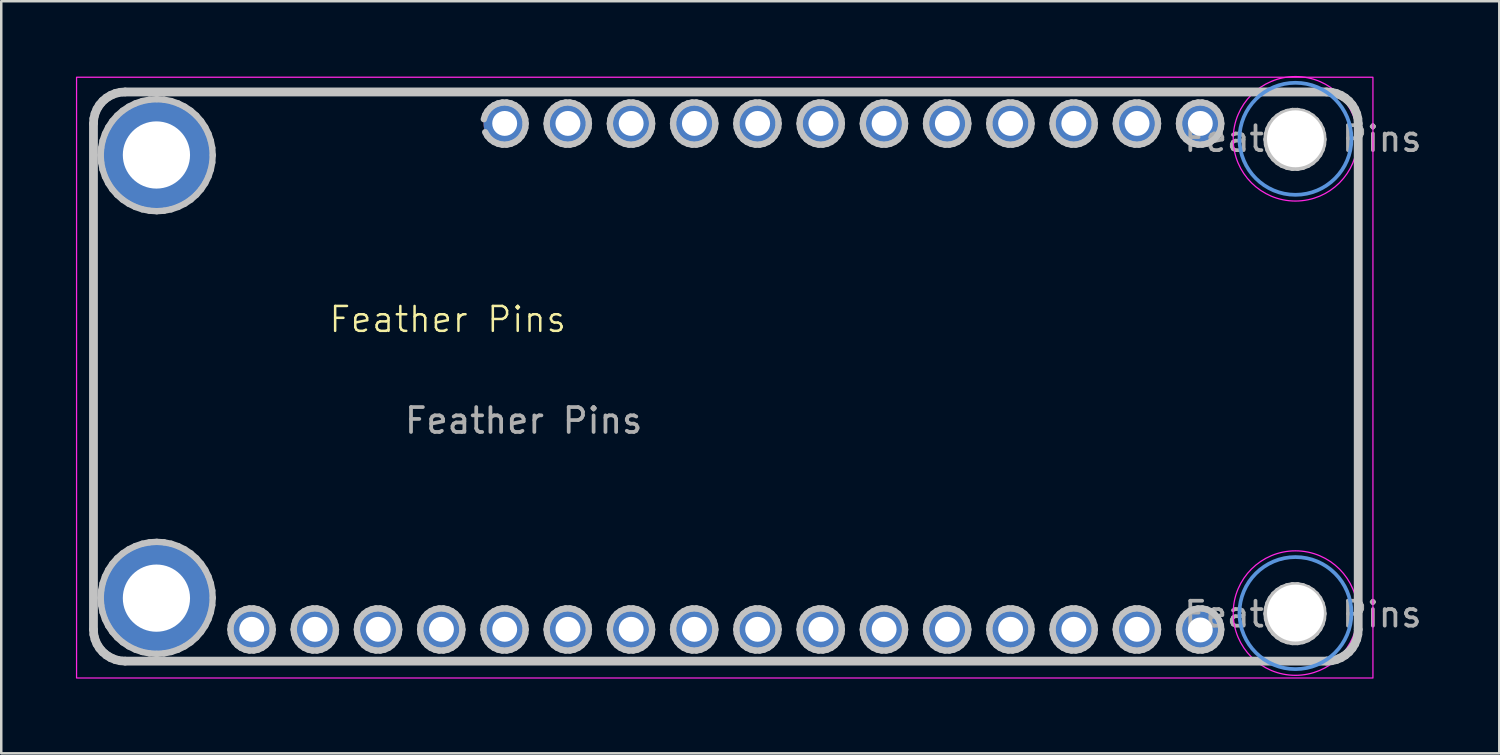
<source format=kicad_pcb>
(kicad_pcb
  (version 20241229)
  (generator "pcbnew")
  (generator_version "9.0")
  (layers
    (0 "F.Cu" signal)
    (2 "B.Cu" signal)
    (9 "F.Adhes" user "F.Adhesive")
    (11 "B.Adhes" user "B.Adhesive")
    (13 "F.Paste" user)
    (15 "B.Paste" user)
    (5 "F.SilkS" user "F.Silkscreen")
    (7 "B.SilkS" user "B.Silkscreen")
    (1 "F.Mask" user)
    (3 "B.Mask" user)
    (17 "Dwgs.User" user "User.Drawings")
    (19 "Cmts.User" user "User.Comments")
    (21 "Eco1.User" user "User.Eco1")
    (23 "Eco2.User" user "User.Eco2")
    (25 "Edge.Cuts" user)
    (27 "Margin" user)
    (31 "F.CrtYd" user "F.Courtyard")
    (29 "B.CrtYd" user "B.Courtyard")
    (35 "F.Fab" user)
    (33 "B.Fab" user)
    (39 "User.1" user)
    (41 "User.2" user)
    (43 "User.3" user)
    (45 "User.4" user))
  (footprint "Feather Pins"
    (layer "F.Cu")
    (at 0.533 23.675)
    (property "Reference" "Feather Pins" (at 14.402 -13.894 0) (unlocked yes) (layer "F.SilkS") (effects (font (size 1 1) (thickness 0.1))))
    (attr through_hole)
    (fp_line (start 0.121 -21.761) (end 0.138 -21.968) (stroke (width 0.254) (type solid)) (layer "Dwgs.User"))
    (fp_line (start 0.121 -1.441) (end 0.121 -21.761) (stroke (width 0.254) (type solid)) (layer "Dwgs.User"))
    (fp_line (start 0.138 -21.968) (end 0.186 -22.169) (stroke (width 0.254) (type solid)) (layer "Dwgs.User"))
    (fp_line (start 0.138 -1.235) (end 0.121 -1.441) (stroke (width 0.254) (type solid)) (layer "Dwgs.User"))
    (fp_line (start 0.186 -22.169) (end 0.265 -22.361) (stroke (width 0.254) (type solid)) (layer "Dwgs.User"))
    (fp_line (start 0.186 -1.034) (end 0.138 -1.235) (stroke (width 0.254) (type solid)) (layer "Dwgs.User"))
    (fp_line (start 0.221 -21.857) (end 0.221 -21.761) (stroke (width 0.254) (type solid)) (layer "Dwgs.User"))
    (fp_line (start 0.221 -21.761) (end 0.221 -1.441) (stroke (width 0.254) (type solid)) (layer "Dwgs.User"))
    (fp_line (start 0.221 -1.441) (end 0.221 -1.345) (stroke (width 0.254) (type solid)) (layer "Dwgs.User"))
    (fp_line (start 0.221 -1.345) (end 0.251 -1.156) (stroke (width 0.254) (type solid)) (layer "Dwgs.User"))
    (fp_line (start 0.251 -22.047) (end 0.221 -21.857) (stroke (width 0.254) (type solid)) (layer "Dwgs.User"))
    (fp_line (start 0.251 -1.156) (end 0.311 -0.973) (stroke (width 0.254) (type solid)) (layer "Dwgs.User"))
    (fp_line (start 0.265 -22.361) (end 0.373 -22.537) (stroke (width 0.254) (type solid)) (layer "Dwgs.User"))
    (fp_line (start 0.265 -0.842) (end 0.186 -1.034) (stroke (width 0.254) (type solid)) (layer "Dwgs.User"))
    (fp_line (start 0.311 -22.23) (end 0.251 -22.047) (stroke (width 0.254) (type solid)) (layer "Dwgs.User"))
    (fp_line (start 0.311 -0.973) (end 0.398 -0.802) (stroke (width 0.254) (type solid)) (layer "Dwgs.User"))
    (fp_line (start 0.373 -22.537) (end 0.508 -22.695) (stroke (width 0.254) (type solid)) (layer "Dwgs.User"))
    (fp_line (start 0.373 -0.666) (end 0.265 -0.842) (stroke (width 0.254) (type solid)) (layer "Dwgs.User"))
    (fp_line (start 0.398 -0.802) (end 0.511 -0.647) (stroke (width 0.254) (type solid)) (layer "Dwgs.User"))
    (fp_line (start 0.398 -22.401) (end 0.311 -22.23) (stroke (width 0.254) (type solid)) (layer "Dwgs.User"))
    (fp_line (start 0.461 -20.491) (end 0.481 -20.785) (stroke (width 0.254) (type solid)) (layer "Dwgs.User"))
    (fp_line (start 0.461 -2.711) (end 0.481 -3.005) (stroke (width 0.254) (type solid)) (layer "Dwgs.User"))
    (fp_line (start 0.481 -20.785) (end 0.538 -21.074) (stroke (width 0.254) (type solid)) (layer "Dwgs.User"))
    (fp_line (start 0.481 -20.198) (end 0.461 -20.491) (stroke (width 0.254) (type solid)) (layer "Dwgs.User"))
    (fp_line (start 0.481 -3.005) (end 0.538 -3.294) (stroke (width 0.254) (type solid)) (layer "Dwgs.User"))
    (fp_line (start 0.481 -2.418) (end 0.461 -2.711) (stroke (width 0.254) (type solid)) (layer "Dwgs.User"))
    (fp_line (start 0.508 -22.695) (end 0.665 -22.829) (stroke (width 0.254) (type solid)) (layer "Dwgs.User"))
    (fp_line (start 0.508 -0.508) (end 0.373 -0.666) (stroke (width 0.254) (type solid)) (layer "Dwgs.User"))
    (fp_line (start 0.511 -22.556) (end 0.398 -22.401) (stroke (width 0.254) (type solid)) (layer "Dwgs.User"))
    (fp_line (start 0.511 -0.647) (end 0.646 -0.511) (stroke (width 0.254) (type solid)) (layer "Dwgs.User"))
    (fp_line (start 0.538 -21.074) (end 0.633 -21.353) (stroke (width 0.254) (type solid)) (layer "Dwgs.User"))
    (fp_line (start 0.538 -19.909) (end 0.481 -20.198) (stroke (width 0.254) (type solid)) (layer "Dwgs.User"))
    (fp_line (start 0.538 -3.294) (end 0.633 -3.573) (stroke (width 0.254) (type solid)) (layer "Dwgs.User"))
    (fp_line (start 0.538 -2.129) (end 0.481 -2.418) (stroke (width 0.254) (type solid)) (layer "Dwgs.User"))
    (fp_line (start 0.633 -21.353) (end 0.763 -21.616) (stroke (width 0.254) (type solid)) (layer "Dwgs.User"))
    (fp_line (start 0.633 -19.63) (end 0.538 -19.909) (stroke (width 0.254) (type solid)) (layer "Dwgs.User"))
    (fp_line (start 0.633 -3.573) (end 0.763 -3.836) (stroke (width 0.254) (type solid)) (layer "Dwgs.User"))
    (fp_line (start 0.633 -1.85) (end 0.538 -2.129) (stroke (width 0.254) (type solid)) (layer "Dwgs.User"))
    (fp_line (start 0.646 -22.692) (end 0.511 -22.556) (stroke (width 0.254) (type solid)) (layer "Dwgs.User"))
    (fp_line (start 0.646 -0.511) (end 0.802 -0.398) (stroke (width 0.254) (type solid)) (layer "Dwgs.User"))
    (fp_line (start 0.665 -22.829) (end 0.842 -22.937) (stroke (width 0.254) (type solid)) (layer "Dwgs.User"))
    (fp_line (start 0.665 -0.374) (end 0.508 -0.508) (stroke (width 0.254) (type solid)) (layer "Dwgs.User"))
    (fp_line (start 0.763 -21.616) (end 0.926 -21.861) (stroke (width 0.254) (type solid)) (layer "Dwgs.User"))
    (fp_line (start 0.763 -19.366) (end 0.633 -19.63) (stroke (width 0.254) (type solid)) (layer "Dwgs.User"))
    (fp_line (start 0.763 -3.836) (end 0.926 -4.081) (stroke (width 0.254) (type solid)) (layer "Dwgs.User"))
    (fp_line (start 0.763 -1.586) (end 0.633 -1.85) (stroke (width 0.254) (type solid)) (layer "Dwgs.User"))
    (fp_line (start 0.802 -22.805) (end 0.646 -22.692) (stroke (width 0.254) (type solid)) (layer "Dwgs.User"))
    (fp_line (start 0.802 -0.398) (end 0.973 -0.311) (stroke (width 0.254) (type solid)) (layer "Dwgs.User"))
    (fp_line (start 0.842 -22.937) (end 1.034 -23.017) (stroke (width 0.254) (type solid)) (layer "Dwgs.User"))
    (fp_line (start 0.842 -0.265) (end 0.665 -0.374) (stroke (width 0.254) (type solid)) (layer "Dwgs.User"))
    (fp_line (start 0.926 -21.861) (end 1.12 -22.083) (stroke (width 0.254) (type solid)) (layer "Dwgs.User"))
    (fp_line (start 0.926 -19.122) (end 0.763 -19.366) (stroke (width 0.254) (type solid)) (layer "Dwgs.User"))
    (fp_line (start 0.926 -4.081) (end 1.12 -4.303) (stroke (width 0.254) (type solid)) (layer "Dwgs.User"))
    (fp_line (start 0.926 -1.342) (end 0.763 -1.586) (stroke (width 0.254) (type solid)) (layer "Dwgs.User"))
    (fp_line (start 0.973 -22.892) (end 0.802 -22.805) (stroke (width 0.254) (type solid)) (layer "Dwgs.User"))
    (fp_line (start 0.973 -0.311) (end 1.156 -0.251) (stroke (width 0.254) (type solid)) (layer "Dwgs.User"))
    (fp_line (start 1.034 -23.017) (end 1.235 -23.065) (stroke (width 0.254) (type solid)) (layer "Dwgs.User"))
    (fp_line (start 1.034 -0.186) (end 0.842 -0.265) (stroke (width 0.254) (type solid)) (layer "Dwgs.User"))
    (fp_line (start 1.12 -22.083) (end 1.342 -22.277) (stroke (width 0.254) (type solid)) (layer "Dwgs.User"))
    (fp_line (start 1.12 -18.9) (end 0.926 -19.122) (stroke (width 0.254) (type solid)) (layer "Dwgs.User"))
    (fp_line (start 1.12 -4.303) (end 1.342 -4.497) (stroke (width 0.254) (type solid)) (layer "Dwgs.User"))
    (fp_line (start 1.12 -1.12) (end 0.926 -1.342) (stroke (width 0.254) (type solid)) (layer "Dwgs.User"))
    (fp_line (start 1.156 -22.951) (end 0.973 -22.892) (stroke (width 0.254) (type solid)) (layer "Dwgs.User"))
    (fp_line (start 1.156 -0.251) (end 1.345 -0.221) (stroke (width 0.254) (type solid)) (layer "Dwgs.User"))
    (fp_line (start 1.235 -23.065) (end 1.441 -23.081) (stroke (width 0.254) (type solid)) (layer "Dwgs.User"))
    (fp_line (start 1.235 -0.138) (end 1.034 -0.186) (stroke (width 0.254) (type solid)) (layer "Dwgs.User"))
    (fp_line (start 1.342 -22.277) (end 1.586 -22.44) (stroke (width 0.254) (type solid)) (layer "Dwgs.User"))
    (fp_line (start 1.342 -18.706) (end 1.12 -18.9) (stroke (width 0.254) (type solid)) (layer "Dwgs.User"))
    (fp_line (start 1.342 -4.497) (end 1.586 -4.66) (stroke (width 0.254) (type solid)) (layer "Dwgs.User"))
    (fp_line (start 1.342 -0.926) (end 1.12 -1.12) (stroke (width 0.254) (type solid)) (layer "Dwgs.User"))
    (fp_line (start 1.345 -22.981) (end 1.156 -22.951) (stroke (width 0.254) (type solid)) (layer "Dwgs.User"))
    (fp_line (start 1.345 -0.221) (end 1.441 -0.221) (stroke (width 0.254) (type solid)) (layer "Dwgs.User"))
    (fp_line (start 1.441 -23.081) (end 49.701 -23.081) (stroke (width 0.254) (type solid)) (layer "Dwgs.User"))
    (fp_line (start 1.441 -22.981) (end 1.345 -22.981) (stroke (width 0.254) (type solid)) (layer "Dwgs.User"))
    (fp_line (start 1.441 -0.221) (end 49.701 -0.221) (stroke (width 0.254) (type solid)) (layer "Dwgs.User"))
    (fp_line (start 1.441 -0.121) (end 1.235 -0.138) (stroke (width 0.254) (type solid)) (layer "Dwgs.User"))
    (fp_line (start 1.586 -22.44) (end 1.85 -22.57) (stroke (width 0.254) (type solid)) (layer "Dwgs.User"))
    (fp_line (start 1.586 -18.543) (end 1.342 -18.706) (stroke (width 0.254) (type solid)) (layer "Dwgs.User"))
    (fp_line (start 1.586 -4.66) (end 1.85 -4.79) (stroke (width 0.254) (type solid)) (layer "Dwgs.User"))
    (fp_line (start 1.586 -0.763) (end 1.342 -0.926) (stroke (width 0.254) (type solid)) (layer "Dwgs.User"))
    (fp_line (start 1.85 -22.57) (end 2.129 -22.665) (stroke (width 0.254) (type solid)) (layer "Dwgs.User"))
    (fp_line (start 1.85 -18.413) (end 1.586 -18.543) (stroke (width 0.254) (type solid)) (layer "Dwgs.User"))
    (fp_line (start 1.85 -4.79) (end 2.129 -4.885) (stroke (width 0.254) (type solid)) (layer "Dwgs.User"))
    (fp_line (start 1.85 -0.633) (end 1.586 -0.763) (stroke (width 0.254) (type solid)) (layer "Dwgs.User"))
    (fp_line (start 2.129 -22.665) (end 2.418 -22.722) (stroke (width 0.254) (type solid)) (layer "Dwgs.User"))
    (fp_line (start 2.129 -18.318) (end 1.85 -18.413) (stroke (width 0.254) (type solid)) (layer "Dwgs.User"))
    (fp_line (start 2.129 -4.885) (end 2.418 -4.942) (stroke (width 0.254) (type solid)) (layer "Dwgs.User"))
    (fp_line (start 2.129 -0.538) (end 1.85 -0.633) (stroke (width 0.254) (type solid)) (layer "Dwgs.User"))
    (fp_line (start 2.418 -22.722) (end 2.711 -22.741) (stroke (width 0.254) (type solid)) (layer "Dwgs.User"))
    (fp_line (start 2.418 -18.261) (end 2.129 -18.318) (stroke (width 0.254) (type solid)) (layer "Dwgs.User"))
    (fp_line (start 2.418 -4.942) (end 2.711 -4.961) (stroke (width 0.254) (type solid)) (layer "Dwgs.User"))
    (fp_line (start 2.418 -0.481) (end 2.129 -0.538) (stroke (width 0.254) (type solid)) (layer "Dwgs.User"))
    (fp_line (start 2.711 -22.741) (end 3.005 -22.722) (stroke (width 0.254) (type solid)) (layer "Dwgs.User"))
    (fp_line (start 2.711 -18.242) (end 2.418 -18.261) (stroke (width 0.254) (type solid)) (layer "Dwgs.User"))
    (fp_line (start 2.711 -4.961) (end 3.005 -4.942) (stroke (width 0.254) (type solid)) (layer "Dwgs.User"))
    (fp_line (start 2.711 -0.462) (end 2.418 -0.481) (stroke (width 0.254) (type solid)) (layer "Dwgs.User"))
    (fp_line (start 3.005 -22.722) (end 3.294 -22.665) (stroke (width 0.254) (type solid)) (layer "Dwgs.User"))
    (fp_line (start 3.005 -18.261) (end 2.711 -18.242) (stroke (width 0.254) (type solid)) (layer "Dwgs.User"))
    (fp_line (start 3.005 -4.942) (end 3.294 -4.885) (stroke (width 0.254) (type solid)) (layer "Dwgs.User"))
    (fp_line (start 3.005 -0.481) (end 2.711 -0.462) (stroke (width 0.254) (type solid)) (layer "Dwgs.User"))
    (fp_line (start 3.294 -22.665) (end 3.572 -22.57) (stroke (width 0.254) (type solid)) (layer "Dwgs.User"))
    (fp_line (start 3.294 -18.318) (end 3.005 -18.261) (stroke (width 0.254) (type solid)) (layer "Dwgs.User"))
    (fp_line (start 3.294 -4.885) (end 3.572 -4.79) (stroke (width 0.254) (type solid)) (layer "Dwgs.User"))
    (fp_line (start 3.294 -0.538) (end 3.005 -0.481) (stroke (width 0.254) (type solid)) (layer "Dwgs.User"))
    (fp_line (start 3.572 -22.57) (end 3.836 -22.44) (stroke (width 0.254) (type solid)) (layer "Dwgs.User"))
    (fp_line (start 3.572 -18.413) (end 3.294 -18.318) (stroke (width 0.254) (type solid)) (layer "Dwgs.User"))
    (fp_line (start 3.572 -4.79) (end 3.836 -4.66) (stroke (width 0.254) (type solid)) (layer "Dwgs.User"))
    (fp_line (start 3.572 -0.633) (end 3.294 -0.538) (stroke (width 0.254) (type solid)) (layer "Dwgs.User"))
    (fp_line (start 3.836 -22.44) (end 4.081 -22.277) (stroke (width 0.254) (type solid)) (layer "Dwgs.User"))
    (fp_line (start 3.836 -18.543) (end 3.572 -18.413) (stroke (width 0.254) (type solid)) (layer "Dwgs.User"))
    (fp_line (start 3.836 -4.66) (end 4.081 -4.497) (stroke (width 0.254) (type solid)) (layer "Dwgs.User"))
    (fp_line (start 3.836 -0.763) (end 3.572 -0.633) (stroke (width 0.254) (type solid)) (layer "Dwgs.User"))
    (fp_line (start 4.081 -22.277) (end 4.302 -22.083) (stroke (width 0.254) (type solid)) (layer "Dwgs.User"))
    (fp_line (start 4.081 -18.706) (end 3.836 -18.543) (stroke (width 0.254) (type solid)) (layer "Dwgs.User"))
    (fp_line (start 4.081 -4.497) (end 4.302 -4.303) (stroke (width 0.254) (type solid)) (layer "Dwgs.User"))
    (fp_line (start 4.081 -0.926) (end 3.836 -0.763) (stroke (width 0.254) (type solid)) (layer "Dwgs.User"))
    (fp_line (start 4.302 -22.083) (end 4.496 -21.861) (stroke (width 0.254) (type solid)) (layer "Dwgs.User"))
    (fp_line (start 4.302 -18.9) (end 4.081 -18.706) (stroke (width 0.254) (type solid)) (layer "Dwgs.User"))
    (fp_line (start 4.302 -4.303) (end 4.496 -4.081) (stroke (width 0.254) (type solid)) (layer "Dwgs.User"))
    (fp_line (start 4.302 -1.12) (end 4.081 -0.926) (stroke (width 0.254) (type solid)) (layer "Dwgs.User"))
    (fp_line (start 4.496 -21.861) (end 4.66 -21.616) (stroke (width 0.254) (type solid)) (layer "Dwgs.User"))
    (fp_line (start 4.496 -19.122) (end 4.302 -18.9) (stroke (width 0.254) (type solid)) (layer "Dwgs.User"))
    (fp_line (start 4.496 -4.081) (end 4.66 -3.836) (stroke (width 0.254) (type solid)) (layer "Dwgs.User"))
    (fp_line (start 4.496 -1.342) (end 4.302 -1.12) (stroke (width 0.254) (type solid)) (layer "Dwgs.User"))
    (fp_line (start 4.66 -21.616) (end 4.79 -21.353) (stroke (width 0.254) (type solid)) (layer "Dwgs.User"))
    (fp_line (start 4.66 -19.366) (end 4.496 -19.122) (stroke (width 0.254) (type solid)) (layer "Dwgs.User"))
    (fp_line (start 4.66 -3.836) (end 4.79 -3.573) (stroke (width 0.254) (type solid)) (layer "Dwgs.User"))
    (fp_line (start 4.66 -1.586) (end 4.496 -1.342) (stroke (width 0.254) (type solid)) (layer "Dwgs.User"))
    (fp_line (start 4.79 -21.353) (end 4.885 -21.074) (stroke (width 0.254) (type solid)) (layer "Dwgs.User"))
    (fp_line (start 4.79 -19.63) (end 4.66 -19.366) (stroke (width 0.254) (type solid)) (layer "Dwgs.User"))
    (fp_line (start 4.79 -3.573) (end 4.885 -3.294) (stroke (width 0.254) (type solid)) (layer "Dwgs.User"))
    (fp_line (start 4.79 -1.85) (end 4.66 -1.586) (stroke (width 0.254) (type solid)) (layer "Dwgs.User"))
    (fp_line (start 4.885 -21.074) (end 4.942 -20.785) (stroke (width 0.254) (type solid)) (layer "Dwgs.User"))
    (fp_line (start 4.885 -19.909) (end 4.79 -19.63) (stroke (width 0.254) (type solid)) (layer "Dwgs.User"))
    (fp_line (start 4.885 -3.294) (end 4.942 -3.005) (stroke (width 0.254) (type solid)) (layer "Dwgs.User"))
    (fp_line (start 4.885 -2.129) (end 4.79 -1.85) (stroke (width 0.254) (type solid)) (layer "Dwgs.User"))
    (fp_line (start 4.942 -20.785) (end 4.961 -20.491) (stroke (width 0.254) (type solid)) (layer "Dwgs.User"))
    (fp_line (start 4.942 -20.198) (end 4.885 -19.909) (stroke (width 0.254) (type solid)) (layer "Dwgs.User"))
    (fp_line (start 4.942 -3.005) (end 4.961 -2.711) (stroke (width 0.254) (type solid)) (layer "Dwgs.User"))
    (fp_line (start 4.942 -2.418) (end 4.885 -2.129) (stroke (width 0.254) (type solid)) (layer "Dwgs.User"))
    (fp_line (start 4.961 -20.491) (end 4.942 -20.198) (stroke (width 0.254) (type solid)) (layer "Dwgs.User"))
    (fp_line (start 4.961 -2.711) (end 4.942 -2.418) (stroke (width 0.254) (type solid)) (layer "Dwgs.User"))
    (fp_line (start 5.671 -1.441) (end 5.69 -1.618) (stroke (width 0.254) (type solid)) (layer "Dwgs.User"))
    (fp_line (start 5.69 -1.618) (end 5.745 -1.787) (stroke (width 0.254) (type solid)) (layer "Dwgs.User"))
    (fp_line (start 5.69 -1.265) (end 5.671 -1.441) (stroke (width 0.254) (type solid)) (layer "Dwgs.User"))
    (fp_line (start 5.745 -1.787) (end 5.834 -1.941) (stroke (width 0.254) (type solid)) (layer "Dwgs.User"))
    (fp_line (start 5.745 -1.096) (end 5.69 -1.265) (stroke (width 0.254) (type solid)) (layer "Dwgs.User"))
    (fp_line (start 5.834 -1.941) (end 5.952 -2.073) (stroke (width 0.254) (type solid)) (layer "Dwgs.User"))
    (fp_line (start 5.834 -0.942) (end 5.745 -1.096) (stroke (width 0.254) (type solid)) (layer "Dwgs.User"))
    (fp_line (start 5.952 -2.073) (end 6.096 -2.178) (stroke (width 0.254) (type solid)) (layer "Dwgs.User"))
    (fp_line (start 5.952 -0.81) (end 5.834 -0.942) (stroke (width 0.254) (type solid)) (layer "Dwgs.User"))
    (fp_line (start 6.096 -2.178) (end 6.259 -2.25) (stroke (width 0.254) (type solid)) (layer "Dwgs.User"))
    (fp_line (start 6.096 -0.705) (end 5.952 -0.81) (stroke (width 0.254) (type solid)) (layer "Dwgs.User"))
    (fp_line (start 6.259 -2.25) (end 6.433 -2.287) (stroke (width 0.254) (type solid)) (layer "Dwgs.User"))
    (fp_line (start 6.259 -0.633) (end 6.096 -0.705) (stroke (width 0.254) (type solid)) (layer "Dwgs.User"))
    (fp_line (start 6.433 -2.287) (end 6.61 -2.287) (stroke (width 0.254) (type solid)) (layer "Dwgs.User"))
    (fp_line (start 6.433 -0.596) (end 6.259 -0.633) (stroke (width 0.254) (type solid)) (layer "Dwgs.User"))
    (fp_line (start 6.61 -2.287) (end 6.784 -2.25) (stroke (width 0.254) (type solid)) (layer "Dwgs.User"))
    (fp_line (start 6.61 -0.596) (end 6.433 -0.596) (stroke (width 0.254) (type solid)) (layer "Dwgs.User"))
    (fp_line (start 6.784 -2.25) (end 6.946 -2.178) (stroke (width 0.254) (type solid)) (layer "Dwgs.User"))
    (fp_line (start 6.784 -0.633) (end 6.61 -0.596) (stroke (width 0.254) (type solid)) (layer "Dwgs.User"))
    (fp_line (start 6.946 -2.178) (end 7.09 -2.073) (stroke (width 0.254) (type solid)) (layer "Dwgs.User"))
    (fp_line (start 6.946 -0.705) (end 6.784 -0.633) (stroke (width 0.254) (type solid)) (layer "Dwgs.User"))
    (fp_line (start 7.09 -2.073) (end 7.209 -1.941) (stroke (width 0.254) (type solid)) (layer "Dwgs.User"))
    (fp_line (start 7.09 -0.81) (end 6.946 -0.705) (stroke (width 0.254) (type solid)) (layer "Dwgs.User"))
    (fp_line (start 7.209 -1.941) (end 7.298 -1.787) (stroke (width 0.254) (type solid)) (layer "Dwgs.User"))
    (fp_line (start 7.209 -0.942) (end 7.09 -0.81) (stroke (width 0.254) (type solid)) (layer "Dwgs.User"))
    (fp_line (start 7.298 -1.787) (end 7.353 -1.618) (stroke (width 0.254) (type solid)) (layer "Dwgs.User"))
    (fp_line (start 7.298 -1.096) (end 7.209 -0.942) (stroke (width 0.254) (type solid)) (layer "Dwgs.User"))
    (fp_line (start 7.353 -1.618) (end 7.371 -1.441) (stroke (width 0.254) (type solid)) (layer "Dwgs.User"))
    (fp_line (start 7.353 -1.265) (end 7.298 -1.096) (stroke (width 0.254) (type solid)) (layer "Dwgs.User"))
    (fp_line (start 7.371 -1.441) (end 7.353 -1.265) (stroke (width 0.254) (type solid)) (layer "Dwgs.User"))
    (fp_line (start 8.211 -1.441) (end 8.23 -1.618) (stroke (width 0.254) (type solid)) (layer "Dwgs.User"))
    (fp_line (start 8.23 -1.618) (end 8.285 -1.787) (stroke (width 0.254) (type solid)) (layer "Dwgs.User"))
    (fp_line (start 8.23 -1.265) (end 8.211 -1.441) (stroke (width 0.254) (type solid)) (layer "Dwgs.User"))
    (fp_line (start 8.285 -1.787) (end 8.374 -1.941) (stroke (width 0.254) (type solid)) (layer "Dwgs.User"))
    (fp_line (start 8.285 -1.096) (end 8.23 -1.265) (stroke (width 0.254) (type solid)) (layer "Dwgs.User"))
    (fp_line (start 8.374 -1.941) (end 8.492 -2.073) (stroke (width 0.254) (type solid)) (layer "Dwgs.User"))
    (fp_line (start 8.374 -0.942) (end 8.285 -1.096) (stroke (width 0.254) (type solid)) (layer "Dwgs.User"))
    (fp_line (start 8.492 -2.073) (end 8.636 -2.178) (stroke (width 0.254) (type solid)) (layer "Dwgs.User"))
    (fp_line (start 8.492 -0.81) (end 8.374 -0.942) (stroke (width 0.254) (type solid)) (layer "Dwgs.User"))
    (fp_line (start 8.636 -2.178) (end 8.799 -2.25) (stroke (width 0.254) (type solid)) (layer "Dwgs.User"))
    (fp_line (start 8.636 -0.705) (end 8.492 -0.81) (stroke (width 0.254) (type solid)) (layer "Dwgs.User"))
    (fp_line (start 8.799 -2.25) (end 8.973 -2.287) (stroke (width 0.254) (type solid)) (layer "Dwgs.User"))
    (fp_line (start 8.799 -0.633) (end 8.636 -0.705) (stroke (width 0.254) (type solid)) (layer "Dwgs.User"))
    (fp_line (start 8.973 -2.287) (end 9.15 -2.287) (stroke (width 0.254) (type solid)) (layer "Dwgs.User"))
    (fp_line (start 8.973 -0.596) (end 8.799 -0.633) (stroke (width 0.254) (type solid)) (layer "Dwgs.User"))
    (fp_line (start 9.15 -2.287) (end 9.324 -2.25) (stroke (width 0.254) (type solid)) (layer "Dwgs.User"))
    (fp_line (start 9.15 -0.596) (end 8.973 -0.596) (stroke (width 0.254) (type solid)) (layer "Dwgs.User"))
    (fp_line (start 9.324 -2.25) (end 9.486 -2.178) (stroke (width 0.254) (type solid)) (layer "Dwgs.User"))
    (fp_line (start 9.324 -0.633) (end 9.15 -0.596) (stroke (width 0.254) (type solid)) (layer "Dwgs.User"))
    (fp_line (start 9.486 -2.178) (end 9.63 -2.073) (stroke (width 0.254) (type solid)) (layer "Dwgs.User"))
    (fp_line (start 9.486 -0.705) (end 9.324 -0.633) (stroke (width 0.254) (type solid)) (layer "Dwgs.User"))
    (fp_line (start 9.63 -2.073) (end 9.749 -1.941) (stroke (width 0.254) (type solid)) (layer "Dwgs.User"))
    (fp_line (start 9.63 -0.81) (end 9.486 -0.705) (stroke (width 0.254) (type solid)) (layer "Dwgs.User"))
    (fp_line (start 9.749 -1.941) (end 9.838 -1.787) (stroke (width 0.254) (type solid)) (layer "Dwgs.User"))
    (fp_line (start 9.749 -0.942) (end 9.63 -0.81) (stroke (width 0.254) (type solid)) (layer "Dwgs.User"))
    (fp_line (start 9.838 -1.787) (end 9.893 -1.618) (stroke (width 0.254) (type solid)) (layer "Dwgs.User"))
    (fp_line (start 9.838 -1.096) (end 9.749 -0.942) (stroke (width 0.254) (type solid)) (layer "Dwgs.User"))
    (fp_line (start 9.893 -1.618) (end 9.911 -1.441) (stroke (width 0.254) (type solid)) (layer "Dwgs.User"))
    (fp_line (start 9.893 -1.265) (end 9.838 -1.096) (stroke (width 0.254) (type solid)) (layer "Dwgs.User"))
    (fp_line (start 9.911 -1.441) (end 9.893 -1.265) (stroke (width 0.254) (type solid)) (layer "Dwgs.User"))
    (fp_line (start 10.751 -1.441) (end 10.77 -1.618) (stroke (width 0.254) (type solid)) (layer "Dwgs.User"))
    (fp_line (start 10.77 -1.618) (end 10.825 -1.787) (stroke (width 0.254) (type solid)) (layer "Dwgs.User"))
    (fp_line (start 10.77 -1.265) (end 10.751 -1.441) (stroke (width 0.254) (type solid)) (layer "Dwgs.User"))
    (fp_line (start 10.825 -1.787) (end 10.914 -1.941) (stroke (width 0.254) (type solid)) (layer "Dwgs.User"))
    (fp_line (start 10.825 -1.096) (end 10.77 -1.265) (stroke (width 0.254) (type solid)) (layer "Dwgs.User"))
    (fp_line (start 10.914 -1.941) (end 11.032 -2.073) (stroke (width 0.254) (type solid)) (layer "Dwgs.User"))
    (fp_line (start 10.914 -0.942) (end 10.825 -1.096) (stroke (width 0.254) (type solid)) (layer "Dwgs.User"))
    (fp_line (start 11.032 -2.073) (end 11.176 -2.178) (stroke (width 0.254) (type solid)) (layer "Dwgs.User"))
    (fp_line (start 11.032 -0.81) (end 10.914 -0.942) (stroke (width 0.254) (type solid)) (layer "Dwgs.User"))
    (fp_line (start 11.176 -2.178) (end 11.339 -2.25) (stroke (width 0.254) (type solid)) (layer "Dwgs.User"))
    (fp_line (start 11.176 -0.705) (end 11.032 -0.81) (stroke (width 0.254) (type solid)) (layer "Dwgs.User"))
    (fp_line (start 11.339 -2.25) (end 11.513 -2.287) (stroke (width 0.254) (type solid)) (layer "Dwgs.User"))
    (fp_line (start 11.339 -0.633) (end 11.176 -0.705) (stroke (width 0.254) (type solid)) (layer "Dwgs.User"))
    (fp_line (start 11.513 -2.287) (end 11.69 -2.287) (stroke (width 0.254) (type solid)) (layer "Dwgs.User"))
    (fp_line (start 11.513 -0.596) (end 11.339 -0.633) (stroke (width 0.254) (type solid)) (layer "Dwgs.User"))
    (fp_line (start 11.69 -2.287) (end 11.864 -2.25) (stroke (width 0.254) (type solid)) (layer "Dwgs.User"))
    (fp_line (start 11.69 -0.596) (end 11.513 -0.596) (stroke (width 0.254) (type solid)) (layer "Dwgs.User"))
    (fp_line (start 11.864 -2.25) (end 12.026 -2.178) (stroke (width 0.254) (type solid)) (layer "Dwgs.User"))
    (fp_line (start 11.864 -0.633) (end 11.69 -0.596) (stroke (width 0.254) (type solid)) (layer "Dwgs.User"))
    (fp_line (start 12.026 -2.178) (end 12.17 -2.073) (stroke (width 0.254) (type solid)) (layer "Dwgs.User"))
    (fp_line (start 12.026 -0.705) (end 11.864 -0.633) (stroke (width 0.254) (type solid)) (layer "Dwgs.User"))
    (fp_line (start 12.17 -2.073) (end 12.289 -1.941) (stroke (width 0.254) (type solid)) (layer "Dwgs.User"))
    (fp_line (start 12.17 -0.81) (end 12.026 -0.705) (stroke (width 0.254) (type solid)) (layer "Dwgs.User"))
    (fp_line (start 12.289 -1.941) (end 12.378 -1.787) (stroke (width 0.254) (type solid)) (layer "Dwgs.User"))
    (fp_line (start 12.289 -0.942) (end 12.17 -0.81) (stroke (width 0.254) (type solid)) (layer "Dwgs.User"))
    (fp_line (start 12.378 -1.787) (end 12.433 -1.618) (stroke (width 0.254) (type solid)) (layer "Dwgs.User"))
    (fp_line (start 12.378 -1.096) (end 12.289 -0.942) (stroke (width 0.254) (type solid)) (layer "Dwgs.User"))
    (fp_line (start 12.433 -1.618) (end 12.451 -1.441) (stroke (width 0.254) (type solid)) (layer "Dwgs.User"))
    (fp_line (start 12.433 -1.265) (end 12.378 -1.096) (stroke (width 0.254) (type solid)) (layer "Dwgs.User"))
    (fp_line (start 12.451 -1.441) (end 12.433 -1.265) (stroke (width 0.254) (type solid)) (layer "Dwgs.User"))
    (fp_line (start 13.291 -1.441) (end 13.31 -1.618) (stroke (width 0.254) (type solid)) (layer "Dwgs.User"))
    (fp_line (start 13.31 -1.618) (end 13.365 -1.787) (stroke (width 0.254) (type solid)) (layer "Dwgs.User"))
    (fp_line (start 13.31 -1.265) (end 13.291 -1.441) (stroke (width 0.254) (type solid)) (layer "Dwgs.User"))
    (fp_line (start 13.365 -1.787) (end 13.454 -1.941) (stroke (width 0.254) (type solid)) (layer "Dwgs.User"))
    (fp_line (start 13.365 -1.096) (end 13.31 -1.265) (stroke (width 0.254) (type solid)) (layer "Dwgs.User"))
    (fp_line (start 13.454 -1.941) (end 13.572 -2.073) (stroke (width 0.254) (type solid)) (layer "Dwgs.User"))
    (fp_line (start 13.454 -0.942) (end 13.365 -1.096) (stroke (width 0.254) (type solid)) (layer "Dwgs.User"))
    (fp_line (start 13.572 -2.073) (end 13.716 -2.178) (stroke (width 0.254) (type solid)) (layer "Dwgs.User"))
    (fp_line (start 13.572 -0.81) (end 13.454 -0.942) (stroke (width 0.254) (type solid)) (layer "Dwgs.User"))
    (fp_line (start 13.716 -2.178) (end 13.879 -2.25) (stroke (width 0.254) (type solid)) (layer "Dwgs.User"))
    (fp_line (start 13.716 -0.705) (end 13.572 -0.81) (stroke (width 0.254) (type solid)) (layer "Dwgs.User"))
    (fp_line (start 13.879 -2.25) (end 14.053 -2.287) (stroke (width 0.254) (type solid)) (layer "Dwgs.User"))
    (fp_line (start 13.879 -0.633) (end 13.716 -0.705) (stroke (width 0.254) (type solid)) (layer "Dwgs.User"))
    (fp_line (start 14.053 -2.287) (end 14.23 -2.287) (stroke (width 0.254) (type solid)) (layer "Dwgs.User"))
    (fp_line (start 14.053 -0.596) (end 13.879 -0.633) (stroke (width 0.254) (type solid)) (layer "Dwgs.User"))
    (fp_line (start 14.23 -2.287) (end 14.404 -2.25) (stroke (width 0.254) (type solid)) (layer "Dwgs.User"))
    (fp_line (start 14.23 -0.596) (end 14.053 -0.596) (stroke (width 0.254) (type solid)) (layer "Dwgs.User"))
    (fp_line (start 14.404 -2.25) (end 14.566 -2.178) (stroke (width 0.254) (type solid)) (layer "Dwgs.User"))
    (fp_line (start 14.404 -0.633) (end 14.23 -0.596) (stroke (width 0.254) (type solid)) (layer "Dwgs.User"))
    (fp_line (start 14.566 -2.178) (end 14.71 -2.073) (stroke (width 0.254) (type solid)) (layer "Dwgs.User"))
    (fp_line (start 14.566 -0.705) (end 14.404 -0.633) (stroke (width 0.254) (type solid)) (layer "Dwgs.User"))
    (fp_line (start 14.71 -2.073) (end 14.829 -1.941) (stroke (width 0.254) (type solid)) (layer "Dwgs.User"))
    (fp_line (start 14.71 -0.81) (end 14.566 -0.705) (stroke (width 0.254) (type solid)) (layer "Dwgs.User"))
    (fp_line (start 14.829 -1.941) (end 14.918 -1.787) (stroke (width 0.254) (type solid)) (layer "Dwgs.User"))
    (fp_line (start 14.829 -0.942) (end 14.71 -0.81) (stroke (width 0.254) (type solid)) (layer "Dwgs.User"))
    (fp_line (start 14.918 -1.787) (end 14.973 -1.618) (stroke (width 0.254) (type solid)) (layer "Dwgs.User"))
    (fp_line (start 14.918 -1.096) (end 14.829 -0.942) (stroke (width 0.254) (type solid)) (layer "Dwgs.User"))
    (fp_line (start 14.973 -1.618) (end 14.991 -1.441) (stroke (width 0.254) (type solid)) (layer "Dwgs.User"))
    (fp_line (start 14.973 -1.265) (end 14.918 -1.096) (stroke (width 0.254) (type solid)) (layer "Dwgs.User"))
    (fp_line (start 14.991 -1.441) (end 14.973 -1.265) (stroke (width 0.254) (type solid)) (layer "Dwgs.User"))
    (fp_line (start 15.831 -1.441) (end 15.85 -1.618) (stroke (width 0.254) (type solid)) (layer "Dwgs.User"))
    (fp_line (start 15.85 -21.938) (end 15.905 -22.107) (stroke (width 0.254) (type solid)) (layer "Dwgs.User"))
    (fp_line (start 15.85 -1.618) (end 15.905 -1.787) (stroke (width 0.254) (type solid)) (layer "Dwgs.User"))
    (fp_line (start 15.85 -1.265) (end 15.831 -1.441) (stroke (width 0.254) (type solid)) (layer "Dwgs.User"))
    (fp_line (start 15.905 -22.107) (end 15.994 -22.261) (stroke (width 0.254) (type solid)) (layer "Dwgs.User"))
    (fp_line (start 15.905 -1.787) (end 15.994 -1.941) (stroke (width 0.254) (type solid)) (layer "Dwgs.User"))
    (fp_line (start 15.905 -1.096) (end 15.85 -1.265) (stroke (width 0.254) (type solid)) (layer "Dwgs.User"))
    (fp_line (start 15.994 -22.261) (end 16.112 -22.393) (stroke (width 0.254) (type solid)) (layer "Dwgs.User"))
    (fp_line (start 15.994 -21.262) (end 15.905 -21.416) (stroke (width 0.254) (type solid)) (layer "Dwgs.User"))
    (fp_line (start 15.994 -1.941) (end 16.112 -2.073) (stroke (width 0.254) (type solid)) (layer "Dwgs.User"))
    (fp_line (start 15.994 -0.942) (end 15.905 -1.096) (stroke (width 0.254) (type solid)) (layer "Dwgs.User"))
    (fp_line (start 16.112 -22.393) (end 16.256 -22.498) (stroke (width 0.254) (type solid)) (layer "Dwgs.User"))
    (fp_line (start 16.112 -21.13) (end 15.994 -21.262) (stroke (width 0.254) (type solid)) (layer "Dwgs.User"))
    (fp_line (start 16.112 -2.073) (end 16.256 -2.178) (stroke (width 0.254) (type solid)) (layer "Dwgs.User"))
    (fp_line (start 16.112 -0.81) (end 15.994 -0.942) (stroke (width 0.254) (type solid)) (layer "Dwgs.User"))
    (fp_line (start 16.256 -22.498) (end 16.419 -22.57) (stroke (width 0.254) (type solid)) (layer "Dwgs.User"))
    (fp_line (start 16.256 -21.025) (end 16.112 -21.13) (stroke (width 0.254) (type solid)) (layer "Dwgs.User"))
    (fp_line (start 16.256 -2.178) (end 16.419 -2.25) (stroke (width 0.254) (type solid)) (layer "Dwgs.User"))
    (fp_line (start 16.256 -0.705) (end 16.112 -0.81) (stroke (width 0.254) (type solid)) (layer "Dwgs.User"))
    (fp_line (start 16.419 -22.57) (end 16.593 -22.607) (stroke (width 0.254) (type solid)) (layer "Dwgs.User"))
    (fp_line (start 16.419 -20.953) (end 16.256 -21.025) (stroke (width 0.254) (type solid)) (layer "Dwgs.User"))
    (fp_line (start 16.419 -2.25) (end 16.593 -2.287) (stroke (width 0.254) (type solid)) (layer "Dwgs.User"))
    (fp_line (start 16.419 -0.633) (end 16.256 -0.705) (stroke (width 0.254) (type solid)) (layer "Dwgs.User"))
    (fp_line (start 16.593 -22.607) (end 16.77 -22.607) (stroke (width 0.254) (type solid)) (layer "Dwgs.User"))
    (fp_line (start 16.593 -20.916) (end 16.419 -20.953) (stroke (width 0.254) (type solid)) (layer "Dwgs.User"))
    (fp_line (start 16.593 -2.287) (end 16.77 -2.287) (stroke (width 0.254) (type solid)) (layer "Dwgs.User"))
    (fp_line (start 16.593 -0.596) (end 16.419 -0.633) (stroke (width 0.254) (type solid)) (layer "Dwgs.User"))
    (fp_line (start 16.77 -22.607) (end 16.944 -22.57) (stroke (width 0.254) (type solid)) (layer "Dwgs.User"))
    (fp_line (start 16.77 -20.916) (end 16.593 -20.916) (stroke (width 0.254) (type solid)) (layer "Dwgs.User"))
    (fp_line (start 16.77 -2.287) (end 16.944 -2.25) (stroke (width 0.254) (type solid)) (layer "Dwgs.User"))
    (fp_line (start 16.77 -0.596) (end 16.593 -0.596) (stroke (width 0.254) (type solid)) (layer "Dwgs.User"))
    (fp_line (start 16.944 -22.57) (end 17.106 -22.498) (stroke (width 0.254) (type solid)) (layer "Dwgs.User"))
    (fp_line (start 16.944 -20.953) (end 16.77 -20.916) (stroke (width 0.254) (type solid)) (layer "Dwgs.User"))
    (fp_line (start 16.944 -2.25) (end 17.106 -2.178) (stroke (width 0.254) (type solid)) (layer "Dwgs.User"))
    (fp_line (start 16.944 -0.633) (end 16.77 -0.596) (stroke (width 0.254) (type solid)) (layer "Dwgs.User"))
    (fp_line (start 17.106 -22.498) (end 17.25 -22.393) (stroke (width 0.254) (type solid)) (layer "Dwgs.User"))
    (fp_line (start 17.106 -21.025) (end 16.944 -20.953) (stroke (width 0.254) (type solid)) (layer "Dwgs.User"))
    (fp_line (start 17.106 -2.178) (end 17.25 -2.073) (stroke (width 0.254) (type solid)) (layer "Dwgs.User"))
    (fp_line (start 17.106 -0.705) (end 16.944 -0.633) (stroke (width 0.254) (type solid)) (layer "Dwgs.User"))
    (fp_line (start 17.25 -22.393) (end 17.369 -22.261) (stroke (width 0.254) (type solid)) (layer "Dwgs.User"))
    (fp_line (start 17.25 -21.13) (end 17.106 -21.025) (stroke (width 0.254) (type solid)) (layer "Dwgs.User"))
    (fp_line (start 17.25 -2.073) (end 17.369 -1.941) (stroke (width 0.254) (type solid)) (layer "Dwgs.User"))
    (fp_line (start 17.25 -0.81) (end 17.106 -0.705) (stroke (width 0.254) (type solid)) (layer "Dwgs.User"))
    (fp_line (start 17.369 -22.261) (end 17.458 -22.107) (stroke (width 0.254) (type solid)) (layer "Dwgs.User"))
    (fp_line (start 17.369 -21.262) (end 17.25 -21.13) (stroke (width 0.254) (type solid)) (layer "Dwgs.User"))
    (fp_line (start 17.369 -1.941) (end 17.458 -1.787) (stroke (width 0.254) (type solid)) (layer "Dwgs.User"))
    (fp_line (start 17.369 -0.942) (end 17.25 -0.81) (stroke (width 0.254) (type solid)) (layer "Dwgs.User"))
    (fp_line (start 17.458 -22.107) (end 17.513 -21.938) (stroke (width 0.254) (type solid)) (layer "Dwgs.User"))
    (fp_line (start 17.458 -21.416) (end 17.369 -21.262) (stroke (width 0.254) (type solid)) (layer "Dwgs.User"))
    (fp_line (start 17.458 -1.787) (end 17.513 -1.618) (stroke (width 0.254) (type solid)) (layer "Dwgs.User"))
    (fp_line (start 17.458 -1.096) (end 17.369 -0.942) (stroke (width 0.254) (type solid)) (layer "Dwgs.User"))
    (fp_line (start 17.513 -21.938) (end 17.531 -21.761) (stroke (width 0.254) (type solid)) (layer "Dwgs.User"))
    (fp_line (start 17.513 -21.585) (end 17.458 -21.416) (stroke (width 0.254) (type solid)) (layer "Dwgs.User"))
    (fp_line (start 17.513 -1.618) (end 17.531 -1.441) (stroke (width 0.254) (type solid)) (layer "Dwgs.User"))
    (fp_line (start 17.513 -1.265) (end 17.458 -1.096) (stroke (width 0.254) (type solid)) (layer "Dwgs.User"))
    (fp_line (start 17.531 -21.761) (end 17.513 -21.585) (stroke (width 0.254) (type solid)) (layer "Dwgs.User"))
    (fp_line (start 17.531 -1.441) (end 17.513 -1.265) (stroke (width 0.254) (type solid)) (layer "Dwgs.User"))
    (fp_line (start 18.371 -21.761) (end 18.39 -21.938) (stroke (width 0.254) (type solid)) (layer "Dwgs.User"))
    (fp_line (start 18.371 -1.441) (end 18.39 -1.618) (stroke (width 0.254) (type solid)) (layer "Dwgs.User"))
    (fp_line (start 18.39 -21.938) (end 18.445 -22.107) (stroke (width 0.254) (type solid)) (layer "Dwgs.User"))
    (fp_line (start 18.39 -21.585) (end 18.371 -21.761) (stroke (width 0.254) (type solid)) (layer "Dwgs.User"))
    (fp_line (start 18.39 -1.618) (end 18.445 -1.787) (stroke (width 0.254) (type solid)) (layer "Dwgs.User"))
    (fp_line (start 18.39 -1.265) (end 18.371 -1.441) (stroke (width 0.254) (type solid)) (layer "Dwgs.User"))
    (fp_line (start 18.445 -22.107) (end 18.534 -22.261) (stroke (width 0.254) (type solid)) (layer "Dwgs.User"))
    (fp_line (start 18.445 -21.416) (end 18.39 -21.585) (stroke (width 0.254) (type solid)) (layer "Dwgs.User"))
    (fp_line (start 18.445 -1.787) (end 18.534 -1.941) (stroke (width 0.254) (type solid)) (layer "Dwgs.User"))
    (fp_line (start 18.445 -1.096) (end 18.39 -1.265) (stroke (width 0.254) (type solid)) (layer "Dwgs.User"))
    (fp_line (start 18.534 -22.261) (end 18.652 -22.393) (stroke (width 0.254) (type solid)) (layer "Dwgs.User"))
    (fp_line (start 18.534 -21.262) (end 18.445 -21.416) (stroke (width 0.254) (type solid)) (layer "Dwgs.User"))
    (fp_line (start 18.534 -1.941) (end 18.652 -2.073) (stroke (width 0.254) (type solid)) (layer "Dwgs.User"))
    (fp_line (start 18.534 -0.942) (end 18.445 -1.096) (stroke (width 0.254) (type solid)) (layer "Dwgs.User"))
    (fp_line (start 18.652 -22.393) (end 18.796 -22.498) (stroke (width 0.254) (type solid)) (layer "Dwgs.User"))
    (fp_line (start 18.652 -21.13) (end 18.534 -21.262) (stroke (width 0.254) (type solid)) (layer "Dwgs.User"))
    (fp_line (start 18.652 -2.073) (end 18.796 -2.178) (stroke (width 0.254) (type solid)) (layer "Dwgs.User"))
    (fp_line (start 18.652 -0.81) (end 18.534 -0.942) (stroke (width 0.254) (type solid)) (layer "Dwgs.User"))
    (fp_line (start 18.796 -22.498) (end 18.959 -22.57) (stroke (width 0.254) (type solid)) (layer "Dwgs.User"))
    (fp_line (start 18.796 -21.025) (end 18.652 -21.13) (stroke (width 0.254) (type solid)) (layer "Dwgs.User"))
    (fp_line (start 18.796 -2.178) (end 18.959 -2.25) (stroke (width 0.254) (type solid)) (layer "Dwgs.User"))
    (fp_line (start 18.796 -0.705) (end 18.652 -0.81) (stroke (width 0.254) (type solid)) (layer "Dwgs.User"))
    (fp_line (start 18.959 -22.57) (end 19.133 -22.607) (stroke (width 0.254) (type solid)) (layer "Dwgs.User"))
    (fp_line (start 18.959 -20.953) (end 18.796 -21.025) (stroke (width 0.254) (type solid)) (layer "Dwgs.User"))
    (fp_line (start 18.959 -2.25) (end 19.133 -2.287) (stroke (width 0.254) (type solid)) (layer "Dwgs.User"))
    (fp_line (start 18.959 -0.633) (end 18.796 -0.705) (stroke (width 0.254) (type solid)) (layer "Dwgs.User"))
    (fp_line (start 19.133 -22.607) (end 19.31 -22.607) (stroke (width 0.254) (type solid)) (layer "Dwgs.User"))
    (fp_line (start 19.133 -20.916) (end 18.959 -20.953) (stroke (width 0.254) (type solid)) (layer "Dwgs.User"))
    (fp_line (start 19.133 -2.287) (end 19.31 -2.287) (stroke (width 0.254) (type solid)) (layer "Dwgs.User"))
    (fp_line (start 19.133 -0.596) (end 18.959 -0.633) (stroke (width 0.254) (type solid)) (layer "Dwgs.User"))
    (fp_line (start 19.31 -22.607) (end 19.484 -22.57) (stroke (width 0.254) (type solid)) (layer "Dwgs.User"))
    (fp_line (start 19.31 -20.916) (end 19.133 -20.916) (stroke (width 0.254) (type solid)) (layer "Dwgs.User"))
    (fp_line (start 19.31 -2.287) (end 19.484 -2.25) (stroke (width 0.254) (type solid)) (layer "Dwgs.User"))
    (fp_line (start 19.31 -0.596) (end 19.133 -0.596) (stroke (width 0.254) (type solid)) (layer "Dwgs.User"))
    (fp_line (start 19.484 -22.57) (end 19.646 -22.498) (stroke (width 0.254) (type solid)) (layer "Dwgs.User"))
    (fp_line (start 19.484 -20.953) (end 19.31 -20.916) (stroke (width 0.254) (type solid)) (layer "Dwgs.User"))
    (fp_line (start 19.484 -2.25) (end 19.646 -2.178) (stroke (width 0.254) (type solid)) (layer "Dwgs.User"))
    (fp_line (start 19.484 -0.633) (end 19.31 -0.596) (stroke (width 0.254) (type solid)) (layer "Dwgs.User"))
    (fp_line (start 19.646 -22.498) (end 19.79 -22.393) (stroke (width 0.254) (type solid)) (layer "Dwgs.User"))
    (fp_line (start 19.646 -21.025) (end 19.484 -20.953) (stroke (width 0.254) (type solid)) (layer "Dwgs.User"))
    (fp_line (start 19.646 -2.178) (end 19.79 -2.073) (stroke (width 0.254) (type solid)) (layer "Dwgs.User"))
    (fp_line (start 19.646 -0.705) (end 19.484 -0.633) (stroke (width 0.254) (type solid)) (layer "Dwgs.User"))
    (fp_line (start 19.79 -22.393) (end 19.909 -22.261) (stroke (width 0.254) (type solid)) (layer "Dwgs.User"))
    (fp_line (start 19.79 -21.13) (end 19.646 -21.025) (stroke (width 0.254) (type solid)) (layer "Dwgs.User"))
    (fp_line (start 19.79 -2.073) (end 19.909 -1.941) (stroke (width 0.254) (type solid)) (layer "Dwgs.User"))
    (fp_line (start 19.79 -0.81) (end 19.646 -0.705) (stroke (width 0.254) (type solid)) (layer "Dwgs.User"))
    (fp_line (start 19.909 -22.261) (end 19.998 -22.107) (stroke (width 0.254) (type solid)) (layer "Dwgs.User"))
    (fp_line (start 19.909 -21.262) (end 19.79 -21.13) (stroke (width 0.254) (type solid)) (layer "Dwgs.User"))
    (fp_line (start 19.909 -1.941) (end 19.998 -1.787) (stroke (width 0.254) (type solid)) (layer "Dwgs.User"))
    (fp_line (start 19.909 -0.942) (end 19.79 -0.81) (stroke (width 0.254) (type solid)) (layer "Dwgs.User"))
    (fp_line (start 19.998 -22.107) (end 20.053 -21.938) (stroke (width 0.254) (type solid)) (layer "Dwgs.User"))
    (fp_line (start 19.998 -21.416) (end 19.909 -21.262) (stroke (width 0.254) (type solid)) (layer "Dwgs.User"))
    (fp_line (start 19.998 -1.787) (end 20.053 -1.618) (stroke (width 0.254) (type solid)) (layer "Dwgs.User"))
    (fp_line (start 19.998 -1.096) (end 19.909 -0.942) (stroke (width 0.254) (type solid)) (layer "Dwgs.User"))
    (fp_line (start 20.053 -21.938) (end 20.071 -21.761) (stroke (width 0.254) (type solid)) (layer "Dwgs.User"))
    (fp_line (start 20.053 -21.585) (end 19.998 -21.416) (stroke (width 0.254) (type solid)) (layer "Dwgs.User"))
    (fp_line (start 20.053 -1.618) (end 20.071 -1.441) (stroke (width 0.254) (type solid)) (layer "Dwgs.User"))
    (fp_line (start 20.053 -1.265) (end 19.998 -1.096) (stroke (width 0.254) (type solid)) (layer "Dwgs.User"))
    (fp_line (start 20.071 -21.761) (end 20.053 -21.585) (stroke (width 0.254) (type solid)) (layer "Dwgs.User"))
    (fp_line (start 20.071 -1.441) (end 20.053 -1.265) (stroke (width 0.254) (type solid)) (layer "Dwgs.User"))
    (fp_line (start 20.911 -21.761) (end 20.93 -21.938) (stroke (width 0.254) (type solid)) (layer "Dwgs.User"))
    (fp_line (start 20.911 -1.441) (end 20.93 -1.618) (stroke (width 0.254) (type solid)) (layer "Dwgs.User"))
    (fp_line (start 20.93 -21.938) (end 20.985 -22.107) (stroke (width 0.254) (type solid)) (layer "Dwgs.User"))
    (fp_line (start 20.93 -21.585) (end 20.911 -21.761) (stroke (width 0.254) (type solid)) (layer "Dwgs.User"))
    (fp_line (start 20.93 -1.618) (end 20.985 -1.787) (stroke (width 0.254) (type solid)) (layer "Dwgs.User"))
    (fp_line (start 20.93 -1.265) (end 20.911 -1.441) (stroke (width 0.254) (type solid)) (layer "Dwgs.User"))
    (fp_line (start 20.985 -22.107) (end 21.074 -22.261) (stroke (width 0.254) (type solid)) (layer "Dwgs.User"))
    (fp_line (start 20.985 -21.416) (end 20.93 -21.585) (stroke (width 0.254) (type solid)) (layer "Dwgs.User"))
    (fp_line (start 20.985 -1.787) (end 21.074 -1.941) (stroke (width 0.254) (type solid)) (layer "Dwgs.User"))
    (fp_line (start 20.985 -1.096) (end 20.93 -1.265) (stroke (width 0.254) (type solid)) (layer "Dwgs.User"))
    (fp_line (start 21.074 -22.261) (end 21.192 -22.393) (stroke (width 0.254) (type solid)) (layer "Dwgs.User"))
    (fp_line (start 21.074 -21.262) (end 20.985 -21.416) (stroke (width 0.254) (type solid)) (layer "Dwgs.User"))
    (fp_line (start 21.074 -1.941) (end 21.192 -2.073) (stroke (width 0.254) (type solid)) (layer "Dwgs.User"))
    (fp_line (start 21.074 -0.942) (end 20.985 -1.096) (stroke (width 0.254) (type solid)) (layer "Dwgs.User"))
    (fp_line (start 21.192 -22.393) (end 21.336 -22.498) (stroke (width 0.254) (type solid)) (layer "Dwgs.User"))
    (fp_line (start 21.192 -21.13) (end 21.074 -21.262) (stroke (width 0.254) (type solid)) (layer "Dwgs.User"))
    (fp_line (start 21.192 -2.073) (end 21.336 -2.178) (stroke (width 0.254) (type solid)) (layer "Dwgs.User"))
    (fp_line (start 21.192 -0.81) (end 21.074 -0.942) (stroke (width 0.254) (type solid)) (layer "Dwgs.User"))
    (fp_line (start 21.336 -22.498) (end 21.499 -22.57) (stroke (width 0.254) (type solid)) (layer "Dwgs.User"))
    (fp_line (start 21.336 -21.025) (end 21.192 -21.13) (stroke (width 0.254) (type solid)) (layer "Dwgs.User"))
    (fp_line (start 21.336 -2.178) (end 21.499 -2.25) (stroke (width 0.254) (type solid)) (layer "Dwgs.User"))
    (fp_line (start 21.336 -0.705) (end 21.192 -0.81) (stroke (width 0.254) (type solid)) (layer "Dwgs.User"))
    (fp_line (start 21.499 -22.57) (end 21.673 -22.607) (stroke (width 0.254) (type solid)) (layer "Dwgs.User"))
    (fp_line (start 21.499 -20.953) (end 21.336 -21.025) (stroke (width 0.254) (type solid)) (layer "Dwgs.User"))
    (fp_line (start 21.499 -2.25) (end 21.673 -2.287) (stroke (width 0.254) (type solid)) (layer "Dwgs.User"))
    (fp_line (start 21.499 -0.633) (end 21.336 -0.705) (stroke (width 0.254) (type solid)) (layer "Dwgs.User"))
    (fp_line (start 21.673 -22.607) (end 21.85 -22.607) (stroke (width 0.254) (type solid)) (layer "Dwgs.User"))
    (fp_line (start 21.673 -20.916) (end 21.499 -20.953) (stroke (width 0.254) (type solid)) (layer "Dwgs.User"))
    (fp_line (start 21.673 -2.287) (end 21.85 -2.287) (stroke (width 0.254) (type solid)) (layer "Dwgs.User"))
    (fp_line (start 21.673 -0.596) (end 21.499 -0.633) (stroke (width 0.254) (type solid)) (layer "Dwgs.User"))
    (fp_line (start 21.85 -22.607) (end 22.024 -22.57) (stroke (width 0.254) (type solid)) (layer "Dwgs.User"))
    (fp_line (start 21.85 -20.916) (end 21.673 -20.916) (stroke (width 0.254) (type solid)) (layer "Dwgs.User"))
    (fp_line (start 21.85 -2.287) (end 22.024 -2.25) (stroke (width 0.254) (type solid)) (layer "Dwgs.User"))
    (fp_line (start 21.85 -0.596) (end 21.673 -0.596) (stroke (width 0.254) (type solid)) (layer "Dwgs.User"))
    (fp_line (start 22.024 -22.57) (end 22.186 -22.498) (stroke (width 0.254) (type solid)) (layer "Dwgs.User"))
    (fp_line (start 22.024 -20.953) (end 21.85 -20.916) (stroke (width 0.254) (type solid)) (layer "Dwgs.User"))
    (fp_line (start 22.024 -2.25) (end 22.186 -2.178) (stroke (width 0.254) (type solid)) (layer "Dwgs.User"))
    (fp_line (start 22.024 -0.633) (end 21.85 -0.596) (stroke (width 0.254) (type solid)) (layer "Dwgs.User"))
    (fp_line (start 22.186 -22.498) (end 22.33 -22.393) (stroke (width 0.254) (type solid)) (layer "Dwgs.User"))
    (fp_line (start 22.186 -21.025) (end 22.024 -20.953) (stroke (width 0.254) (type solid)) (layer "Dwgs.User"))
    (fp_line (start 22.186 -2.178) (end 22.33 -2.073) (stroke (width 0.254) (type solid)) (layer "Dwgs.User"))
    (fp_line (start 22.186 -0.705) (end 22.024 -0.633) (stroke (width 0.254) (type solid)) (layer "Dwgs.User"))
    (fp_line (start 22.33 -22.393) (end 22.449 -22.261) (stroke (width 0.254) (type solid)) (layer "Dwgs.User"))
    (fp_line (start 22.33 -21.13) (end 22.186 -21.025) (stroke (width 0.254) (type solid)) (layer "Dwgs.User"))
    (fp_line (start 22.33 -2.073) (end 22.449 -1.941) (stroke (width 0.254) (type solid)) (layer "Dwgs.User"))
    (fp_line (start 22.33 -0.81) (end 22.186 -0.705) (stroke (width 0.254) (type solid)) (layer "Dwgs.User"))
    (fp_line (start 22.449 -22.261) (end 22.538 -22.107) (stroke (width 0.254) (type solid)) (layer "Dwgs.User"))
    (fp_line (start 22.449 -21.262) (end 22.33 -21.13) (stroke (width 0.254) (type solid)) (layer "Dwgs.User"))
    (fp_line (start 22.449 -1.941) (end 22.538 -1.787) (stroke (width 0.254) (type solid)) (layer "Dwgs.User"))
    (fp_line (start 22.449 -0.942) (end 22.33 -0.81) (stroke (width 0.254) (type solid)) (layer "Dwgs.User"))
    (fp_line (start 22.538 -22.107) (end 22.593 -21.938) (stroke (width 0.254) (type solid)) (layer "Dwgs.User"))
    (fp_line (start 22.538 -21.416) (end 22.449 -21.262) (stroke (width 0.254) (type solid)) (layer "Dwgs.User"))
    (fp_line (start 22.538 -1.787) (end 22.593 -1.618) (stroke (width 0.254) (type solid)) (layer "Dwgs.User"))
    (fp_line (start 22.538 -1.096) (end 22.449 -0.942) (stroke (width 0.254) (type solid)) (layer "Dwgs.User"))
    (fp_line (start 22.593 -21.938) (end 22.611 -21.761) (stroke (width 0.254) (type solid)) (layer "Dwgs.User"))
    (fp_line (start 22.593 -21.585) (end 22.538 -21.416) (stroke (width 0.254) (type solid)) (layer "Dwgs.User"))
    (fp_line (start 22.593 -1.618) (end 22.611 -1.441) (stroke (width 0.254) (type solid)) (layer "Dwgs.User"))
    (fp_line (start 22.593 -1.265) (end 22.538 -1.096) (stroke (width 0.254) (type solid)) (layer "Dwgs.User"))
    (fp_line (start 22.611 -21.761) (end 22.593 -21.585) (stroke (width 0.254) (type solid)) (layer "Dwgs.User"))
    (fp_line (start 22.611 -1.441) (end 22.593 -1.265) (stroke (width 0.254) (type solid)) (layer "Dwgs.User"))
    (fp_line (start 23.451 -21.761) (end 23.47 -21.938) (stroke (width 0.254) (type solid)) (layer "Dwgs.User"))
    (fp_line (start 23.451 -1.441) (end 23.47 -1.618) (stroke (width 0.254) (type solid)) (layer "Dwgs.User"))
    (fp_line (start 23.47 -21.938) (end 23.525 -22.107) (stroke (width 0.254) (type solid)) (layer "Dwgs.User"))
    (fp_line (start 23.47 -21.585) (end 23.451 -21.761) (stroke (width 0.254) (type solid)) (layer "Dwgs.User"))
    (fp_line (start 23.47 -1.618) (end 23.525 -1.787) (stroke (width 0.254) (type solid)) (layer "Dwgs.User"))
    (fp_line (start 23.47 -1.265) (end 23.451 -1.441) (stroke (width 0.254) (type solid)) (layer "Dwgs.User"))
    (fp_line (start 23.525 -22.107) (end 23.614 -22.261) (stroke (width 0.254) (type solid)) (layer "Dwgs.User"))
    (fp_line (start 23.525 -21.416) (end 23.47 -21.585) (stroke (width 0.254) (type solid)) (layer "Dwgs.User"))
    (fp_line (start 23.525 -1.787) (end 23.614 -1.941) (stroke (width 0.254) (type solid)) (layer "Dwgs.User"))
    (fp_line (start 23.525 -1.096) (end 23.47 -1.265) (stroke (width 0.254) (type solid)) (layer "Dwgs.User"))
    (fp_line (start 23.614 -22.261) (end 23.732 -22.393) (stroke (width 0.254) (type solid)) (layer "Dwgs.User"))
    (fp_line (start 23.614 -21.262) (end 23.525 -21.416) (stroke (width 0.254) (type solid)) (layer "Dwgs.User"))
    (fp_line (start 23.614 -1.941) (end 23.732 -2.073) (stroke (width 0.254) (type solid)) (layer "Dwgs.User"))
    (fp_line (start 23.614 -0.942) (end 23.525 -1.096) (stroke (width 0.254) (type solid)) (layer "Dwgs.User"))
    (fp_line (start 23.732 -22.393) (end 23.876 -22.498) (stroke (width 0.254) (type solid)) (layer "Dwgs.User"))
    (fp_line (start 23.732 -21.13) (end 23.614 -21.262) (stroke (width 0.254) (type solid)) (layer "Dwgs.User"))
    (fp_line (start 23.732 -2.073) (end 23.876 -2.178) (stroke (width 0.254) (type solid)) (layer "Dwgs.User"))
    (fp_line (start 23.732 -0.81) (end 23.614 -0.942) (stroke (width 0.254) (type solid)) (layer "Dwgs.User"))
    (fp_line (start 23.876 -22.498) (end 24.039 -22.57) (stroke (width 0.254) (type solid)) (layer "Dwgs.User"))
    (fp_line (start 23.876 -21.025) (end 23.732 -21.13) (stroke (width 0.254) (type solid)) (layer "Dwgs.User"))
    (fp_line (start 23.876 -2.178) (end 24.039 -2.25) (stroke (width 0.254) (type solid)) (layer "Dwgs.User"))
    (fp_line (start 23.876 -0.705) (end 23.732 -0.81) (stroke (width 0.254) (type solid)) (layer "Dwgs.User"))
    (fp_line (start 24.039 -22.57) (end 24.213 -22.607) (stroke (width 0.254) (type solid)) (layer "Dwgs.User"))
    (fp_line (start 24.039 -20.953) (end 23.876 -21.025) (stroke (width 0.254) (type solid)) (layer "Dwgs.User"))
    (fp_line (start 24.039 -2.25) (end 24.213 -2.287) (stroke (width 0.254) (type solid)) (layer "Dwgs.User"))
    (fp_line (start 24.039 -0.633) (end 23.876 -0.705) (stroke (width 0.254) (type solid)) (layer "Dwgs.User"))
    (fp_line (start 24.213 -22.607) (end 24.39 -22.607) (stroke (width 0.254) (type solid)) (layer "Dwgs.User"))
    (fp_line (start 24.213 -20.916) (end 24.039 -20.953) (stroke (width 0.254) (type solid)) (layer "Dwgs.User"))
    (fp_line (start 24.213 -2.287) (end 24.39 -2.287) (stroke (width 0.254) (type solid)) (layer "Dwgs.User"))
    (fp_line (start 24.213 -0.596) (end 24.039 -0.633) (stroke (width 0.254) (type solid)) (layer "Dwgs.User"))
    (fp_line (start 24.39 -22.607) (end 24.564 -22.57) (stroke (width 0.254) (type solid)) (layer "Dwgs.User"))
    (fp_line (start 24.39 -20.916) (end 24.213 -20.916) (stroke (width 0.254) (type solid)) (layer "Dwgs.User"))
    (fp_line (start 24.39 -2.287) (end 24.564 -2.25) (stroke (width 0.254) (type solid)) (layer "Dwgs.User"))
    (fp_line (start 24.39 -0.596) (end 24.213 -0.596) (stroke (width 0.254) (type solid)) (layer "Dwgs.User"))
    (fp_line (start 24.564 -22.57) (end 24.726 -22.498) (stroke (width 0.254) (type solid)) (layer "Dwgs.User"))
    (fp_line (start 24.564 -20.953) (end 24.39 -20.916) (stroke (width 0.254) (type solid)) (layer "Dwgs.User"))
    (fp_line (start 24.564 -2.25) (end 24.726 -2.178) (stroke (width 0.254) (type solid)) (layer "Dwgs.User"))
    (fp_line (start 24.564 -0.633) (end 24.39 -0.596) (stroke (width 0.254) (type solid)) (layer "Dwgs.User"))
    (fp_line (start 24.726 -22.498) (end 24.87 -22.393) (stroke (width 0.254) (type solid)) (layer "Dwgs.User"))
    (fp_line (start 24.726 -21.025) (end 24.564 -20.953) (stroke (width 0.254) (type solid)) (layer "Dwgs.User"))
    (fp_line (start 24.726 -2.178) (end 24.87 -2.073) (stroke (width 0.254) (type solid)) (layer "Dwgs.User"))
    (fp_line (start 24.726 -0.705) (end 24.564 -0.633) (stroke (width 0.254) (type solid)) (layer "Dwgs.User"))
    (fp_line (start 24.87 -22.393) (end 24.989 -22.261) (stroke (width 0.254) (type solid)) (layer "Dwgs.User"))
    (fp_line (start 24.87 -21.13) (end 24.726 -21.025) (stroke (width 0.254) (type solid)) (layer "Dwgs.User"))
    (fp_line (start 24.87 -2.073) (end 24.989 -1.941) (stroke (width 0.254) (type solid)) (layer "Dwgs.User"))
    (fp_line (start 24.87 -0.81) (end 24.726 -0.705) (stroke (width 0.254) (type solid)) (layer "Dwgs.User"))
    (fp_line (start 24.989 -22.261) (end 25.078 -22.107) (stroke (width 0.254) (type solid)) (layer "Dwgs.User"))
    (fp_line (start 24.989 -21.262) (end 24.87 -21.13) (stroke (width 0.254) (type solid)) (layer "Dwgs.User"))
    (fp_line (start 24.989 -1.941) (end 25.078 -1.787) (stroke (width 0.254) (type solid)) (layer "Dwgs.User"))
    (fp_line (start 24.989 -0.942) (end 24.87 -0.81) (stroke (width 0.254) (type solid)) (layer "Dwgs.User"))
    (fp_line (start 25.078 -22.107) (end 25.133 -21.938) (stroke (width 0.254) (type solid)) (layer "Dwgs.User"))
    (fp_line (start 25.078 -21.416) (end 24.989 -21.262) (stroke (width 0.254) (type solid)) (layer "Dwgs.User"))
    (fp_line (start 25.078 -1.787) (end 25.133 -1.618) (stroke (width 0.254) (type solid)) (layer "Dwgs.User"))
    (fp_line (start 25.078 -1.096) (end 24.989 -0.942) (stroke (width 0.254) (type solid)) (layer "Dwgs.User"))
    (fp_line (start 25.133 -21.938) (end 25.151 -21.761) (stroke (width 0.254) (type solid)) (layer "Dwgs.User"))
    (fp_line (start 25.133 -21.585) (end 25.078 -21.416) (stroke (width 0.254) (type solid)) (layer "Dwgs.User"))
    (fp_line (start 25.133 -1.618) (end 25.151 -1.441) (stroke (width 0.254) (type solid)) (layer "Dwgs.User"))
    (fp_line (start 25.133 -1.265) (end 25.078 -1.096) (stroke (width 0.254) (type solid)) (layer "Dwgs.User"))
    (fp_line (start 25.151 -21.761) (end 25.133 -21.585) (stroke (width 0.254) (type solid)) (layer "Dwgs.User"))
    (fp_line (start 25.151 -1.441) (end 25.133 -1.265) (stroke (width 0.254) (type solid)) (layer "Dwgs.User"))
    (fp_line (start 25.991 -21.761) (end 26.01 -21.938) (stroke (width 0.254) (type solid)) (layer "Dwgs.User"))
    (fp_line (start 25.991 -1.441) (end 26.01 -1.618) (stroke (width 0.254) (type solid)) (layer "Dwgs.User"))
    (fp_line (start 26.01 -21.938) (end 26.065 -22.107) (stroke (width 0.254) (type solid)) (layer "Dwgs.User"))
    (fp_line (start 26.01 -21.585) (end 25.991 -21.761) (stroke (width 0.254) (type solid)) (layer "Dwgs.User"))
    (fp_line (start 26.01 -1.618) (end 26.065 -1.787) (stroke (width 0.254) (type solid)) (layer "Dwgs.User"))
    (fp_line (start 26.01 -1.265) (end 25.991 -1.441) (stroke (width 0.254) (type solid)) (layer "Dwgs.User"))
    (fp_line (start 26.065 -22.107) (end 26.154 -22.261) (stroke (width 0.254) (type solid)) (layer "Dwgs.User"))
    (fp_line (start 26.065 -21.416) (end 26.01 -21.585) (stroke (width 0.254) (type solid)) (layer "Dwgs.User"))
    (fp_line (start 26.065 -1.787) (end 26.154 -1.941) (stroke (width 0.254) (type solid)) (layer "Dwgs.User"))
    (fp_line (start 26.065 -1.096) (end 26.01 -1.265) (stroke (width 0.254) (type solid)) (layer "Dwgs.User"))
    (fp_line (start 26.154 -22.261) (end 26.272 -22.393) (stroke (width 0.254) (type solid)) (layer "Dwgs.User"))
    (fp_line (start 26.154 -21.262) (end 26.065 -21.416) (stroke (width 0.254) (type solid)) (layer "Dwgs.User"))
    (fp_line (start 26.154 -1.941) (end 26.272 -2.073) (stroke (width 0.254) (type solid)) (layer "Dwgs.User"))
    (fp_line (start 26.154 -0.942) (end 26.065 -1.096) (stroke (width 0.254) (type solid)) (layer "Dwgs.User"))
    (fp_line (start 26.272 -22.393) (end 26.416 -22.498) (stroke (width 0.254) (type solid)) (layer "Dwgs.User"))
    (fp_line (start 26.272 -21.13) (end 26.154 -21.262) (stroke (width 0.254) (type solid)) (layer "Dwgs.User"))
    (fp_line (start 26.272 -2.073) (end 26.416 -2.178) (stroke (width 0.254) (type solid)) (layer "Dwgs.User"))
    (fp_line (start 26.272 -0.81) (end 26.154 -0.942) (stroke (width 0.254) (type solid)) (layer "Dwgs.User"))
    (fp_line (start 26.416 -22.498) (end 26.579 -22.57) (stroke (width 0.254) (type solid)) (layer "Dwgs.User"))
    (fp_line (start 26.416 -21.025) (end 26.272 -21.13) (stroke (width 0.254) (type solid)) (layer "Dwgs.User"))
    (fp_line (start 26.416 -2.178) (end 26.579 -2.25) (stroke (width 0.254) (type solid)) (layer "Dwgs.User"))
    (fp_line (start 26.416 -0.705) (end 26.272 -0.81) (stroke (width 0.254) (type solid)) (layer "Dwgs.User"))
    (fp_line (start 26.579 -22.57) (end 26.753 -22.607) (stroke (width 0.254) (type solid)) (layer "Dwgs.User"))
    (fp_line (start 26.579 -20.953) (end 26.416 -21.025) (stroke (width 0.254) (type solid)) (layer "Dwgs.User"))
    (fp_line (start 26.579 -2.25) (end 26.753 -2.287) (stroke (width 0.254) (type solid)) (layer "Dwgs.User"))
    (fp_line (start 26.579 -0.633) (end 26.416 -0.705) (stroke (width 0.254) (type solid)) (layer "Dwgs.User"))
    (fp_line (start 26.753 -22.607) (end 26.93 -22.607) (stroke (width 0.254) (type solid)) (layer "Dwgs.User"))
    (fp_line (start 26.753 -20.916) (end 26.579 -20.953) (stroke (width 0.254) (type solid)) (layer "Dwgs.User"))
    (fp_line (start 26.753 -2.287) (end 26.93 -2.287) (stroke (width 0.254) (type solid)) (layer "Dwgs.User"))
    (fp_line (start 26.753 -0.596) (end 26.579 -0.633) (stroke (width 0.254) (type solid)) (layer "Dwgs.User"))
    (fp_line (start 26.93 -22.607) (end 27.104 -22.57) (stroke (width 0.254) (type solid)) (layer "Dwgs.User"))
    (fp_line (start 26.93 -20.916) (end 26.753 -20.916) (stroke (width 0.254) (type solid)) (layer "Dwgs.User"))
    (fp_line (start 26.93 -2.287) (end 27.104 -2.25) (stroke (width 0.254) (type solid)) (layer "Dwgs.User"))
    (fp_line (start 26.93 -0.596) (end 26.753 -0.596) (stroke (width 0.254) (type solid)) (layer "Dwgs.User"))
    (fp_line (start 27.104 -22.57) (end 27.266 -22.498) (stroke (width 0.254) (type solid)) (layer "Dwgs.User"))
    (fp_line (start 27.104 -20.953) (end 26.93 -20.916) (stroke (width 0.254) (type solid)) (layer "Dwgs.User"))
    (fp_line (start 27.104 -2.25) (end 27.266 -2.178) (stroke (width 0.254) (type solid)) (layer "Dwgs.User"))
    (fp_line (start 27.104 -0.633) (end 26.93 -0.596) (stroke (width 0.254) (type solid)) (layer "Dwgs.User"))
    (fp_line (start 27.266 -22.498) (end 27.41 -22.393) (stroke (width 0.254) (type solid)) (layer "Dwgs.User"))
    (fp_line (start 27.266 -21.025) (end 27.104 -20.953) (stroke (width 0.254) (type solid)) (layer "Dwgs.User"))
    (fp_line (start 27.266 -2.178) (end 27.41 -2.073) (stroke (width 0.254) (type solid)) (layer "Dwgs.User"))
    (fp_line (start 27.266 -0.705) (end 27.104 -0.633) (stroke (width 0.254) (type solid)) (layer "Dwgs.User"))
    (fp_line (start 27.41 -22.393) (end 27.529 -22.261) (stroke (width 0.254) (type solid)) (layer "Dwgs.User"))
    (fp_line (start 27.41 -21.13) (end 27.266 -21.025) (stroke (width 0.254) (type solid)) (layer "Dwgs.User"))
    (fp_line (start 27.41 -2.073) (end 27.529 -1.941) (stroke (width 0.254) (type solid)) (layer "Dwgs.User"))
    (fp_line (start 27.41 -0.81) (end 27.266 -0.705) (stroke (width 0.254) (type solid)) (layer "Dwgs.User"))
    (fp_line (start 27.529 -22.261) (end 27.618 -22.107) (stroke (width 0.254) (type solid)) (layer "Dwgs.User"))
    (fp_line (start 27.529 -21.262) (end 27.41 -21.13) (stroke (width 0.254) (type solid)) (layer "Dwgs.User"))
    (fp_line (start 27.529 -1.941) (end 27.618 -1.787) (stroke (width 0.254) (type solid)) (layer "Dwgs.User"))
    (fp_line (start 27.529 -0.942) (end 27.41 -0.81) (stroke (width 0.254) (type solid)) (layer "Dwgs.User"))
    (fp_line (start 27.618 -22.107) (end 27.673 -21.938) (stroke (width 0.254) (type solid)) (layer "Dwgs.User"))
    (fp_line (start 27.618 -21.416) (end 27.529 -21.262) (stroke (width 0.254) (type solid)) (layer "Dwgs.User"))
    (fp_line (start 27.618 -1.787) (end 27.673 -1.618) (stroke (width 0.254) (type solid)) (layer "Dwgs.User"))
    (fp_line (start 27.618 -1.096) (end 27.529 -0.942) (stroke (width 0.254) (type solid)) (layer "Dwgs.User"))
    (fp_line (start 27.673 -21.938) (end 27.691 -21.761) (stroke (width 0.254) (type solid)) (layer "Dwgs.User"))
    (fp_line (start 27.673 -21.585) (end 27.618 -21.416) (stroke (width 0.254) (type solid)) (layer "Dwgs.User"))
    (fp_line (start 27.673 -1.618) (end 27.691 -1.441) (stroke (width 0.254) (type solid)) (layer "Dwgs.User"))
    (fp_line (start 27.673 -1.265) (end 27.618 -1.096) (stroke (width 0.254) (type solid)) (layer "Dwgs.User"))
    (fp_line (start 27.691 -21.761) (end 27.673 -21.585) (stroke (width 0.254) (type solid)) (layer "Dwgs.User"))
    (fp_line (start 27.691 -1.441) (end 27.673 -1.265) (stroke (width 0.254) (type solid)) (layer "Dwgs.User"))
    (fp_line (start 28.531 -21.761) (end 28.55 -21.938) (stroke (width 0.254) (type solid)) (layer "Dwgs.User"))
    (fp_line (start 28.531 -1.441) (end 28.55 -1.618) (stroke (width 0.254) (type solid)) (layer "Dwgs.User"))
    (fp_line (start 28.55 -21.938) (end 28.605 -22.107) (stroke (width 0.254) (type solid)) (layer "Dwgs.User"))
    (fp_line (start 28.55 -21.585) (end 28.531 -21.761) (stroke (width 0.254) (type solid)) (layer "Dwgs.User"))
    (fp_line (start 28.55 -1.618) (end 28.605 -1.787) (stroke (width 0.254) (type solid)) (layer "Dwgs.User"))
    (fp_line (start 28.55 -1.265) (end 28.531 -1.441) (stroke (width 0.254) (type solid)) (layer "Dwgs.User"))
    (fp_line (start 28.605 -22.107) (end 28.694 -22.261) (stroke (width 0.254) (type solid)) (layer "Dwgs.User"))
    (fp_line (start 28.605 -21.416) (end 28.55 -21.585) (stroke (width 0.254) (type solid)) (layer "Dwgs.User"))
    (fp_line (start 28.605 -1.787) (end 28.694 -1.941) (stroke (width 0.254) (type solid)) (layer "Dwgs.User"))
    (fp_line (start 28.605 -1.096) (end 28.55 -1.265) (stroke (width 0.254) (type solid)) (layer "Dwgs.User"))
    (fp_line (start 28.694 -22.261) (end 28.812 -22.393) (stroke (width 0.254) (type solid)) (layer "Dwgs.User"))
    (fp_line (start 28.694 -21.262) (end 28.605 -21.416) (stroke (width 0.254) (type solid)) (layer "Dwgs.User"))
    (fp_line (start 28.694 -1.941) (end 28.812 -2.073) (stroke (width 0.254) (type solid)) (layer "Dwgs.User"))
    (fp_line (start 28.694 -0.942) (end 28.605 -1.096) (stroke (width 0.254) (type solid)) (layer "Dwgs.User"))
    (fp_line (start 28.812 -22.393) (end 28.956 -22.498) (stroke (width 0.254) (type solid)) (layer "Dwgs.User"))
    (fp_line (start 28.812 -21.13) (end 28.694 -21.262) (stroke (width 0.254) (type solid)) (layer "Dwgs.User"))
    (fp_line (start 28.812 -2.073) (end 28.956 -2.178) (stroke (width 0.254) (type solid)) (layer "Dwgs.User"))
    (fp_line (start 28.812 -0.81) (end 28.694 -0.942) (stroke (width 0.254) (type solid)) (layer "Dwgs.User"))
    (fp_line (start 28.956 -22.498) (end 29.119 -22.57) (stroke (width 0.254) (type solid)) (layer "Dwgs.User"))
    (fp_line (start 28.956 -21.025) (end 28.812 -21.13) (stroke (width 0.254) (type solid)) (layer "Dwgs.User"))
    (fp_line (start 28.956 -2.178) (end 29.119 -2.25) (stroke (width 0.254) (type solid)) (layer "Dwgs.User"))
    (fp_line (start 28.956 -0.705) (end 28.812 -0.81) (stroke (width 0.254) (type solid)) (layer "Dwgs.User"))
    (fp_line (start 29.119 -22.57) (end 29.293 -22.607) (stroke (width 0.254) (type solid)) (layer "Dwgs.User"))
    (fp_line (start 29.119 -20.953) (end 28.956 -21.025) (stroke (width 0.254) (type solid)) (layer "Dwgs.User"))
    (fp_line (start 29.119 -2.25) (end 29.293 -2.287) (stroke (width 0.254) (type solid)) (layer "Dwgs.User"))
    (fp_line (start 29.119 -0.633) (end 28.956 -0.705) (stroke (width 0.254) (type solid)) (layer "Dwgs.User"))
    (fp_line (start 29.293 -22.607) (end 29.47 -22.607) (stroke (width 0.254) (type solid)) (layer "Dwgs.User"))
    (fp_line (start 29.293 -20.916) (end 29.119 -20.953) (stroke (width 0.254) (type solid)) (layer "Dwgs.User"))
    (fp_line (start 29.293 -2.287) (end 29.47 -2.287) (stroke (width 0.254) (type solid)) (layer "Dwgs.User"))
    (fp_line (start 29.293 -0.596) (end 29.119 -0.633) (stroke (width 0.254) (type solid)) (layer "Dwgs.User"))
    (fp_line (start 29.47 -22.607) (end 29.644 -22.57) (stroke (width 0.254) (type solid)) (layer "Dwgs.User"))
    (fp_line (start 29.47 -20.916) (end 29.293 -20.916) (stroke (width 0.254) (type solid)) (layer "Dwgs.User"))
    (fp_line (start 29.47 -2.287) (end 29.644 -2.25) (stroke (width 0.254) (type solid)) (layer "Dwgs.User"))
    (fp_line (start 29.47 -0.596) (end 29.293 -0.596) (stroke (width 0.254) (type solid)) (layer "Dwgs.User"))
    (fp_line (start 29.644 -22.57) (end 29.806 -22.498) (stroke (width 0.254) (type solid)) (layer "Dwgs.User"))
    (fp_line (start 29.644 -20.953) (end 29.47 -20.916) (stroke (width 0.254) (type solid)) (layer "Dwgs.User"))
    (fp_line (start 29.644 -2.25) (end 29.806 -2.178) (stroke (width 0.254) (type solid)) (layer "Dwgs.User"))
    (fp_line (start 29.644 -0.633) (end 29.47 -0.596) (stroke (width 0.254) (type solid)) (layer "Dwgs.User"))
    (fp_line (start 29.806 -22.498) (end 29.95 -22.393) (stroke (width 0.254) (type solid)) (layer "Dwgs.User"))
    (fp_line (start 29.806 -21.025) (end 29.644 -20.953) (stroke (width 0.254) (type solid)) (layer "Dwgs.User"))
    (fp_line (start 29.806 -2.178) (end 29.95 -2.073) (stroke (width 0.254) (type solid)) (layer "Dwgs.User"))
    (fp_line (start 29.806 -0.705) (end 29.644 -0.633) (stroke (width 0.254) (type solid)) (layer "Dwgs.User"))
    (fp_line (start 29.95 -22.393) (end 30.069 -22.261) (stroke (width 0.254) (type solid)) (layer "Dwgs.User"))
    (fp_line (start 29.95 -21.13) (end 29.806 -21.025) (stroke (width 0.254) (type solid)) (layer "Dwgs.User"))
    (fp_line (start 29.95 -2.073) (end 30.069 -1.941) (stroke (width 0.254) (type solid)) (layer "Dwgs.User"))
    (fp_line (start 29.95 -0.81) (end 29.806 -0.705) (stroke (width 0.254) (type solid)) (layer "Dwgs.User"))
    (fp_line (start 30.069 -22.261) (end 30.158 -22.107) (stroke (width 0.254) (type solid)) (layer "Dwgs.User"))
    (fp_line (start 30.069 -21.262) (end 29.95 -21.13) (stroke (width 0.254) (type solid)) (layer "Dwgs.User"))
    (fp_line (start 30.069 -1.941) (end 30.158 -1.787) (stroke (width 0.254) (type solid)) (layer "Dwgs.User"))
    (fp_line (start 30.069 -0.942) (end 29.95 -0.81) (stroke (width 0.254) (type solid)) (layer "Dwgs.User"))
    (fp_line (start 30.158 -22.107) (end 30.213 -21.938) (stroke (width 0.254) (type solid)) (layer "Dwgs.User"))
    (fp_line (start 30.158 -21.416) (end 30.069 -21.262) (stroke (width 0.254) (type solid)) (layer "Dwgs.User"))
    (fp_line (start 30.158 -1.787) (end 30.213 -1.618) (stroke (width 0.254) (type solid)) (layer "Dwgs.User"))
    (fp_line (start 30.158 -1.096) (end 30.069 -0.942) (stroke (width 0.254) (type solid)) (layer "Dwgs.User"))
    (fp_line (start 30.213 -21.938) (end 30.231 -21.761) (stroke (width 0.254) (type solid)) (layer "Dwgs.User"))
    (fp_line (start 30.213 -21.585) (end 30.158 -21.416) (stroke (width 0.254) (type solid)) (layer "Dwgs.User"))
    (fp_line (start 30.213 -1.618) (end 30.231 -1.441) (stroke (width 0.254) (type solid)) (layer "Dwgs.User"))
    (fp_line (start 30.213 -1.265) (end 30.158 -1.096) (stroke (width 0.254) (type solid)) (layer "Dwgs.User"))
    (fp_line (start 30.231 -21.761) (end 30.213 -21.585) (stroke (width 0.254) (type solid)) (layer "Dwgs.User"))
    (fp_line (start 30.231 -1.441) (end 30.213 -1.265) (stroke (width 0.254) (type solid)) (layer "Dwgs.User"))
    (fp_line (start 31.071 -21.761) (end 31.09 -21.938) (stroke (width 0.254) (type solid)) (layer "Dwgs.User"))
    (fp_line (start 31.071 -1.441) (end 31.09 -1.618) (stroke (width 0.254) (type solid)) (layer "Dwgs.User"))
    (fp_line (start 31.09 -21.938) (end 31.145 -22.107) (stroke (width 0.254) (type solid)) (layer "Dwgs.User"))
    (fp_line (start 31.09 -21.585) (end 31.071 -21.761) (stroke (width 0.254) (type solid)) (layer "Dwgs.User"))
    (fp_line (start 31.09 -1.618) (end 31.145 -1.787) (stroke (width 0.254) (type solid)) (layer "Dwgs.User"))
    (fp_line (start 31.09 -1.265) (end 31.071 -1.441) (stroke (width 0.254) (type solid)) (layer "Dwgs.User"))
    (fp_line (start 31.145 -22.107) (end 31.234 -22.261) (stroke (width 0.254) (type solid)) (layer "Dwgs.User"))
    (fp_line (start 31.145 -21.416) (end 31.09 -21.585) (stroke (width 0.254) (type solid)) (layer "Dwgs.User"))
    (fp_line (start 31.145 -1.787) (end 31.234 -1.941) (stroke (width 0.254) (type solid)) (layer "Dwgs.User"))
    (fp_line (start 31.145 -1.096) (end 31.09 -1.265) (stroke (width 0.254) (type solid)) (layer "Dwgs.User"))
    (fp_line (start 31.234 -22.261) (end 31.352 -22.393) (stroke (width 0.254) (type solid)) (layer "Dwgs.User"))
    (fp_line (start 31.234 -21.262) (end 31.145 -21.416) (stroke (width 0.254) (type solid)) (layer "Dwgs.User"))
    (fp_line (start 31.234 -1.941) (end 31.352 -2.073) (stroke (width 0.254) (type solid)) (layer "Dwgs.User"))
    (fp_line (start 31.234 -0.942) (end 31.145 -1.096) (stroke (width 0.254) (type solid)) (layer "Dwgs.User"))
    (fp_line (start 31.352 -22.393) (end 31.496 -22.498) (stroke (width 0.254) (type solid)) (layer "Dwgs.User"))
    (fp_line (start 31.352 -21.13) (end 31.234 -21.262) (stroke (width 0.254) (type solid)) (layer "Dwgs.User"))
    (fp_line (start 31.352 -2.073) (end 31.496 -2.178) (stroke (width 0.254) (type solid)) (layer "Dwgs.User"))
    (fp_line (start 31.352 -0.81) (end 31.234 -0.942) (stroke (width 0.254) (type solid)) (layer "Dwgs.User"))
    (fp_line (start 31.496 -22.498) (end 31.659 -22.57) (stroke (width 0.254) (type solid)) (layer "Dwgs.User"))
    (fp_line (start 31.496 -21.025) (end 31.352 -21.13) (stroke (width 0.254) (type solid)) (layer "Dwgs.User"))
    (fp_line (start 31.496 -2.178) (end 31.659 -2.25) (stroke (width 0.254) (type solid)) (layer "Dwgs.User"))
    (fp_line (start 31.496 -0.705) (end 31.352 -0.81) (stroke (width 0.254) (type solid)) (layer "Dwgs.User"))
    (fp_line (start 31.659 -22.57) (end 31.833 -22.607) (stroke (width 0.254) (type solid)) (layer "Dwgs.User"))
    (fp_line (start 31.659 -20.953) (end 31.496 -21.025) (stroke (width 0.254) (type solid)) (layer "Dwgs.User"))
    (fp_line (start 31.659 -2.25) (end 31.833 -2.287) (stroke (width 0.254) (type solid)) (layer "Dwgs.User"))
    (fp_line (start 31.659 -0.633) (end 31.496 -0.705) (stroke (width 0.254) (type solid)) (layer "Dwgs.User"))
    (fp_line (start 31.833 -22.607) (end 32.01 -22.607) (stroke (width 0.254) (type solid)) (layer "Dwgs.User"))
    (fp_line (start 31.833 -20.916) (end 31.659 -20.953) (stroke (width 0.254) (type solid)) (layer "Dwgs.User"))
    (fp_line (start 31.833 -2.287) (end 32.01 -2.287) (stroke (width 0.254) (type solid)) (layer "Dwgs.User"))
    (fp_line (start 31.833 -0.596) (end 31.659 -0.633) (stroke (width 0.254) (type solid)) (layer "Dwgs.User"))
    (fp_line (start 32.01 -22.607) (end 32.184 -22.57) (stroke (width 0.254) (type solid)) (layer "Dwgs.User"))
    (fp_line (start 32.01 -20.916) (end 31.833 -20.916) (stroke (width 0.254) (type solid)) (layer "Dwgs.User"))
    (fp_line (start 32.01 -2.287) (end 32.184 -2.25) (stroke (width 0.254) (type solid)) (layer "Dwgs.User"))
    (fp_line (start 32.01 -0.596) (end 31.833 -0.596) (stroke (width 0.254) (type solid)) (layer "Dwgs.User"))
    (fp_line (start 32.184 -22.57) (end 32.346 -22.498) (stroke (width 0.254) (type solid)) (layer "Dwgs.User"))
    (fp_line (start 32.184 -20.953) (end 32.01 -20.916) (stroke (width 0.254) (type solid)) (layer "Dwgs.User"))
    (fp_line (start 32.184 -2.25) (end 32.346 -2.178) (stroke (width 0.254) (type solid)) (layer "Dwgs.User"))
    (fp_line (start 32.184 -0.633) (end 32.01 -0.596) (stroke (width 0.254) (type solid)) (layer "Dwgs.User"))
    (fp_line (start 32.346 -22.498) (end 32.49 -22.393) (stroke (width 0.254) (type solid)) (layer "Dwgs.User"))
    (fp_line (start 32.346 -21.025) (end 32.184 -20.953) (stroke (width 0.254) (type solid)) (layer "Dwgs.User"))
    (fp_line (start 32.346 -2.178) (end 32.49 -2.073) (stroke (width 0.254) (type solid)) (layer "Dwgs.User"))
    (fp_line (start 32.346 -0.705) (end 32.184 -0.633) (stroke (width 0.254) (type solid)) (layer "Dwgs.User"))
    (fp_line (start 32.49 -22.393) (end 32.609 -22.261) (stroke (width 0.254) (type solid)) (layer "Dwgs.User"))
    (fp_line (start 32.49 -21.13) (end 32.346 -21.025) (stroke (width 0.254) (type solid)) (layer "Dwgs.User"))
    (fp_line (start 32.49 -2.073) (end 32.609 -1.941) (stroke (width 0.254) (type solid)) (layer "Dwgs.User"))
    (fp_line (start 32.49 -0.81) (end 32.346 -0.705) (stroke (width 0.254) (type solid)) (layer "Dwgs.User"))
    (fp_line (start 32.609 -22.261) (end 32.698 -22.107) (stroke (width 0.254) (type solid)) (layer "Dwgs.User"))
    (fp_line (start 32.609 -21.262) (end 32.49 -21.13) (stroke (width 0.254) (type solid)) (layer "Dwgs.User"))
    (fp_line (start 32.609 -1.941) (end 32.698 -1.787) (stroke (width 0.254) (type solid)) (layer "Dwgs.User"))
    (fp_line (start 32.609 -0.942) (end 32.49 -0.81) (stroke (width 0.254) (type solid)) (layer "Dwgs.User"))
    (fp_line (start 32.698 -22.107) (end 32.753 -21.938) (stroke (width 0.254) (type solid)) (layer "Dwgs.User"))
    (fp_line (start 32.698 -21.416) (end 32.609 -21.262) (stroke (width 0.254) (type solid)) (layer "Dwgs.User"))
    (fp_line (start 32.698 -1.787) (end 32.753 -1.618) (stroke (width 0.254) (type solid)) (layer "Dwgs.User"))
    (fp_line (start 32.698 -1.096) (end 32.609 -0.942) (stroke (width 0.254) (type solid)) (layer "Dwgs.User"))
    (fp_line (start 32.753 -21.938) (end 32.771 -21.761) (stroke (width 0.254) (type solid)) (layer "Dwgs.User"))
    (fp_line (start 32.753 -21.585) (end 32.698 -21.416) (stroke (width 0.254) (type solid)) (layer "Dwgs.User"))
    (fp_line (start 32.753 -1.618) (end 32.771 -1.441) (stroke (width 0.254) (type solid)) (layer "Dwgs.User"))
    (fp_line (start 32.753 -1.265) (end 32.698 -1.096) (stroke (width 0.254) (type solid)) (layer "Dwgs.User"))
    (fp_line (start 32.771 -21.761) (end 32.753 -21.585) (stroke (width 0.254) (type solid)) (layer "Dwgs.User"))
    (fp_line (start 32.771 -1.441) (end 32.753 -1.265) (stroke (width 0.254) (type solid)) (layer "Dwgs.User"))
    (fp_line (start 33.611 -21.761) (end 33.63 -21.938) (stroke (width 0.254) (type solid)) (layer "Dwgs.User"))
    (fp_line (start 33.611 -1.441) (end 33.63 -1.618) (stroke (width 0.254) (type solid)) (layer "Dwgs.User"))
    (fp_line (start 33.63 -21.938) (end 33.685 -22.107) (stroke (width 0.254) (type solid)) (layer "Dwgs.User"))
    (fp_line (start 33.63 -21.585) (end 33.611 -21.761) (stroke (width 0.254) (type solid)) (layer "Dwgs.User"))
    (fp_line (start 33.63 -1.618) (end 33.685 -1.787) (stroke (width 0.254) (type solid)) (layer "Dwgs.User"))
    (fp_line (start 33.63 -1.265) (end 33.611 -1.441) (stroke (width 0.254) (type solid)) (layer "Dwgs.User"))
    (fp_line (start 33.685 -22.107) (end 33.774 -22.261) (stroke (width 0.254) (type solid)) (layer "Dwgs.User"))
    (fp_line (start 33.685 -21.416) (end 33.63 -21.585) (stroke (width 0.254) (type solid)) (layer "Dwgs.User"))
    (fp_line (start 33.685 -1.787) (end 33.774 -1.941) (stroke (width 0.254) (type solid)) (layer "Dwgs.User"))
    (fp_line (start 33.685 -1.096) (end 33.63 -1.265) (stroke (width 0.254) (type solid)) (layer "Dwgs.User"))
    (fp_line (start 33.774 -22.261) (end 33.892 -22.393) (stroke (width 0.254) (type solid)) (layer "Dwgs.User"))
    (fp_line (start 33.774 -21.262) (end 33.685 -21.416) (stroke (width 0.254) (type solid)) (layer "Dwgs.User"))
    (fp_line (start 33.774 -1.941) (end 33.892 -2.073) (stroke (width 0.254) (type solid)) (layer "Dwgs.User"))
    (fp_line (start 33.774 -0.942) (end 33.685 -1.096) (stroke (width 0.254) (type solid)) (layer "Dwgs.User"))
    (fp_line (start 33.892 -22.393) (end 34.036 -22.498) (stroke (width 0.254) (type solid)) (layer "Dwgs.User"))
    (fp_line (start 33.892 -21.13) (end 33.774 -21.262) (stroke (width 0.254) (type solid)) (layer "Dwgs.User"))
    (fp_line (start 33.892 -2.073) (end 34.036 -2.178) (stroke (width 0.254) (type solid)) (layer "Dwgs.User"))
    (fp_line (start 33.892 -0.81) (end 33.774 -0.942) (stroke (width 0.254) (type solid)) (layer "Dwgs.User"))
    (fp_line (start 34.036 -22.498) (end 34.199 -22.57) (stroke (width 0.254) (type solid)) (layer "Dwgs.User"))
    (fp_line (start 34.036 -21.025) (end 33.892 -21.13) (stroke (width 0.254) (type solid)) (layer "Dwgs.User"))
    (fp_line (start 34.036 -2.178) (end 34.199 -2.25) (stroke (width 0.254) (type solid)) (layer "Dwgs.User"))
    (fp_line (start 34.036 -0.705) (end 33.892 -0.81) (stroke (width 0.254) (type solid)) (layer "Dwgs.User"))
    (fp_line (start 34.199 -22.57) (end 34.373 -22.607) (stroke (width 0.254) (type solid)) (layer "Dwgs.User"))
    (fp_line (start 34.199 -20.953) (end 34.036 -21.025) (stroke (width 0.254) (type solid)) (layer "Dwgs.User"))
    (fp_line (start 34.199 -2.25) (end 34.373 -2.287) (stroke (width 0.254) (type solid)) (layer "Dwgs.User"))
    (fp_line (start 34.199 -0.633) (end 34.036 -0.705) (stroke (width 0.254) (type solid)) (layer "Dwgs.User"))
    (fp_line (start 34.373 -22.607) (end 34.55 -22.607) (stroke (width 0.254) (type solid)) (layer "Dwgs.User"))
    (fp_line (start 34.373 -20.916) (end 34.199 -20.953) (stroke (width 0.254) (type solid)) (layer "Dwgs.User"))
    (fp_line (start 34.373 -2.287) (end 34.55 -2.287) (stroke (width 0.254) (type solid)) (layer "Dwgs.User"))
    (fp_line (start 34.373 -0.596) (end 34.199 -0.633) (stroke (width 0.254) (type solid)) (layer "Dwgs.User"))
    (fp_line (start 34.55 -22.607) (end 34.724 -22.57) (stroke (width 0.254) (type solid)) (layer "Dwgs.User"))
    (fp_line (start 34.55 -20.916) (end 34.373 -20.916) (stroke (width 0.254) (type solid)) (layer "Dwgs.User"))
    (fp_line (start 34.55 -2.287) (end 34.724 -2.25) (stroke (width 0.254) (type solid)) (layer "Dwgs.User"))
    (fp_line (start 34.55 -0.596) (end 34.373 -0.596) (stroke (width 0.254) (type solid)) (layer "Dwgs.User"))
    (fp_line (start 34.724 -22.57) (end 34.886 -22.498) (stroke (width 0.254) (type solid)) (layer "Dwgs.User"))
    (fp_line (start 34.724 -20.953) (end 34.55 -20.916) (stroke (width 0.254) (type solid)) (layer "Dwgs.User"))
    (fp_line (start 34.724 -2.25) (end 34.886 -2.178) (stroke (width 0.254) (type solid)) (layer "Dwgs.User"))
    (fp_line (start 34.724 -0.633) (end 34.55 -0.596) (stroke (width 0.254) (type solid)) (layer "Dwgs.User"))
    (fp_line (start 34.886 -22.498) (end 35.03 -22.393) (stroke (width 0.254) (type solid)) (layer "Dwgs.User"))
    (fp_line (start 34.886 -21.025) (end 34.724 -20.953) (stroke (width 0.254) (type solid)) (layer "Dwgs.User"))
    (fp_line (start 34.886 -2.178) (end 35.03 -2.073) (stroke (width 0.254) (type solid)) (layer "Dwgs.User"))
    (fp_line (start 34.886 -0.705) (end 34.724 -0.633) (stroke (width 0.254) (type solid)) (layer "Dwgs.User"))
    (fp_line (start 35.03 -22.393) (end 35.149 -22.261) (stroke (width 0.254) (type solid)) (layer "Dwgs.User"))
    (fp_line (start 35.03 -21.13) (end 34.886 -21.025) (stroke (width 0.254) (type solid)) (layer "Dwgs.User"))
    (fp_line (start 35.03 -2.073) (end 35.149 -1.941) (stroke (width 0.254) (type solid)) (layer "Dwgs.User"))
    (fp_line (start 35.03 -0.81) (end 34.886 -0.705) (stroke (width 0.254) (type solid)) (layer "Dwgs.User"))
    (fp_line (start 35.149 -22.261) (end 35.238 -22.107) (stroke (width 0.254) (type solid)) (layer "Dwgs.User"))
    (fp_line (start 35.149 -21.262) (end 35.03 -21.13) (stroke (width 0.254) (type solid)) (layer "Dwgs.User"))
    (fp_line (start 35.149 -1.941) (end 35.238 -1.787) (stroke (width 0.254) (type solid)) (layer "Dwgs.User"))
    (fp_line (start 35.149 -0.942) (end 35.03 -0.81) (stroke (width 0.254) (type solid)) (layer "Dwgs.User"))
    (fp_line (start 35.238 -22.107) (end 35.293 -21.938) (stroke (width 0.254) (type solid)) (layer "Dwgs.User"))
    (fp_line (start 35.238 -21.416) (end 35.149 -21.262) (stroke (width 0.254) (type solid)) (layer "Dwgs.User"))
    (fp_line (start 35.238 -1.787) (end 35.293 -1.618) (stroke (width 0.254) (type solid)) (layer "Dwgs.User"))
    (fp_line (start 35.238 -1.096) (end 35.149 -0.942) (stroke (width 0.254) (type solid)) (layer "Dwgs.User"))
    (fp_line (start 35.293 -21.938) (end 35.311 -21.761) (stroke (width 0.254) (type solid)) (layer "Dwgs.User"))
    (fp_line (start 35.293 -21.585) (end 35.238 -21.416) (stroke (width 0.254) (type solid)) (layer "Dwgs.User"))
    (fp_line (start 35.293 -1.618) (end 35.311 -1.441) (stroke (width 0.254) (type solid)) (layer "Dwgs.User"))
    (fp_line (start 35.293 -1.265) (end 35.238 -1.096) (stroke (width 0.254) (type solid)) (layer "Dwgs.User"))
    (fp_line (start 35.311 -21.761) (end 35.293 -21.585) (stroke (width 0.254) (type solid)) (layer "Dwgs.User"))
    (fp_line (start 35.311 -1.441) (end 35.293 -1.265) (stroke (width 0.254) (type solid)) (layer "Dwgs.User"))
    (fp_line (start 36.151 -21.761) (end 36.17 -21.938) (stroke (width 0.254) (type solid)) (layer "Dwgs.User"))
    (fp_line (start 36.151 -1.441) (end 36.17 -1.618) (stroke (width 0.254) (type solid)) (layer "Dwgs.User"))
    (fp_line (start 36.17 -21.938) (end 36.225 -22.107) (stroke (width 0.254) (type solid)) (layer "Dwgs.User"))
    (fp_line (start 36.17 -21.585) (end 36.151 -21.761) (stroke (width 0.254) (type solid)) (layer "Dwgs.User"))
    (fp_line (start 36.17 -1.618) (end 36.225 -1.787) (stroke (width 0.254) (type solid)) (layer "Dwgs.User"))
    (fp_line (start 36.17 -1.265) (end 36.151 -1.441) (stroke (width 0.254) (type solid)) (layer "Dwgs.User"))
    (fp_line (start 36.225 -22.107) (end 36.314 -22.261) (stroke (width 0.254) (type solid)) (layer "Dwgs.User"))
    (fp_line (start 36.225 -21.416) (end 36.17 -21.585) (stroke (width 0.254) (type solid)) (layer "Dwgs.User"))
    (fp_line (start 36.225 -1.787) (end 36.314 -1.941) (stroke (width 0.254) (type solid)) (layer "Dwgs.User"))
    (fp_line (start 36.225 -1.096) (end 36.17 -1.265) (stroke (width 0.254) (type solid)) (layer "Dwgs.User"))
    (fp_line (start 36.314 -22.261) (end 36.432 -22.393) (stroke (width 0.254) (type solid)) (layer "Dwgs.User"))
    (fp_line (start 36.314 -21.262) (end 36.225 -21.416) (stroke (width 0.254) (type solid)) (layer "Dwgs.User"))
    (fp_line (start 36.314 -1.941) (end 36.432 -2.073) (stroke (width 0.254) (type solid)) (layer "Dwgs.User"))
    (fp_line (start 36.314 -0.942) (end 36.225 -1.096) (stroke (width 0.254) (type solid)) (layer "Dwgs.User"))
    (fp_line (start 36.432 -22.393) (end 36.576 -22.498) (stroke (width 0.254) (type solid)) (layer "Dwgs.User"))
    (fp_line (start 36.432 -21.13) (end 36.314 -21.262) (stroke (width 0.254) (type solid)) (layer "Dwgs.User"))
    (fp_line (start 36.432 -2.073) (end 36.576 -2.178) (stroke (width 0.254) (type solid)) (layer "Dwgs.User"))
    (fp_line (start 36.432 -0.81) (end 36.314 -0.942) (stroke (width 0.254) (type solid)) (layer "Dwgs.User"))
    (fp_line (start 36.576 -22.498) (end 36.739 -22.57) (stroke (width 0.254) (type solid)) (layer "Dwgs.User"))
    (fp_line (start 36.576 -21.025) (end 36.432 -21.13) (stroke (width 0.254) (type solid)) (layer "Dwgs.User"))
    (fp_line (start 36.576 -2.178) (end 36.739 -2.25) (stroke (width 0.254) (type solid)) (layer "Dwgs.User"))
    (fp_line (start 36.576 -0.705) (end 36.432 -0.81) (stroke (width 0.254) (type solid)) (layer "Dwgs.User"))
    (fp_line (start 36.739 -22.57) (end 36.913 -22.607) (stroke (width 0.254) (type solid)) (layer "Dwgs.User"))
    (fp_line (start 36.739 -20.953) (end 36.576 -21.025) (stroke (width 0.254) (type solid)) (layer "Dwgs.User"))
    (fp_line (start 36.739 -2.25) (end 36.913 -2.287) (stroke (width 0.254) (type solid)) (layer "Dwgs.User"))
    (fp_line (start 36.739 -0.633) (end 36.576 -0.705) (stroke (width 0.254) (type solid)) (layer "Dwgs.User"))
    (fp_line (start 36.913 -22.607) (end 37.09 -22.607) (stroke (width 0.254) (type solid)) (layer "Dwgs.User"))
    (fp_line (start 36.913 -20.916) (end 36.739 -20.953) (stroke (width 0.254) (type solid)) (layer "Dwgs.User"))
    (fp_line (start 36.913 -2.287) (end 37.09 -2.287) (stroke (width 0.254) (type solid)) (layer "Dwgs.User"))
    (fp_line (start 36.913 -0.596) (end 36.739 -0.633) (stroke (width 0.254) (type solid)) (layer "Dwgs.User"))
    (fp_line (start 37.09 -22.607) (end 37.264 -22.57) (stroke (width 0.254) (type solid)) (layer "Dwgs.User"))
    (fp_line (start 37.09 -20.916) (end 36.913 -20.916) (stroke (width 0.254) (type solid)) (layer "Dwgs.User"))
    (fp_line (start 37.09 -2.287) (end 37.264 -2.25) (stroke (width 0.254) (type solid)) (layer "Dwgs.User"))
    (fp_line (start 37.09 -0.596) (end 36.913 -0.596) (stroke (width 0.254) (type solid)) (layer "Dwgs.User"))
    (fp_line (start 37.264 -22.57) (end 37.426 -22.498) (stroke (width 0.254) (type solid)) (layer "Dwgs.User"))
    (fp_line (start 37.264 -20.953) (end 37.09 -20.916) (stroke (width 0.254) (type solid)) (layer "Dwgs.User"))
    (fp_line (start 37.264 -2.25) (end 37.426 -2.178) (stroke (width 0.254) (type solid)) (layer "Dwgs.User"))
    (fp_line (start 37.264 -0.633) (end 37.09 -0.596) (stroke (width 0.254) (type solid)) (layer "Dwgs.User"))
    (fp_line (start 37.426 -22.498) (end 37.57 -22.393) (stroke (width 0.254) (type solid)) (layer "Dwgs.User"))
    (fp_line (start 37.426 -21.025) (end 37.264 -20.953) (stroke (width 0.254) (type solid)) (layer "Dwgs.User"))
    (fp_line (start 37.426 -2.178) (end 37.57 -2.073) (stroke (width 0.254) (type solid)) (layer "Dwgs.User"))
    (fp_line (start 37.426 -0.705) (end 37.264 -0.633) (stroke (width 0.254) (type solid)) (layer "Dwgs.User"))
    (fp_line (start 37.57 -22.393) (end 37.689 -22.261) (stroke (width 0.254) (type solid)) (layer "Dwgs.User"))
    (fp_line (start 37.57 -21.13) (end 37.426 -21.025) (stroke (width 0.254) (type solid)) (layer "Dwgs.User"))
    (fp_line (start 37.57 -2.073) (end 37.689 -1.941) (stroke (width 0.254) (type solid)) (layer "Dwgs.User"))
    (fp_line (start 37.57 -0.81) (end 37.426 -0.705) (stroke (width 0.254) (type solid)) (layer "Dwgs.User"))
    (fp_line (start 37.689 -22.261) (end 37.778 -22.107) (stroke (width 0.254) (type solid)) (layer "Dwgs.User"))
    (fp_line (start 37.689 -21.262) (end 37.57 -21.13) (stroke (width 0.254) (type solid)) (layer "Dwgs.User"))
    (fp_line (start 37.689 -1.941) (end 37.778 -1.787) (stroke (width 0.254) (type solid)) (layer "Dwgs.User"))
    (fp_line (start 37.689 -0.942) (end 37.57 -0.81) (stroke (width 0.254) (type solid)) (layer "Dwgs.User"))
    (fp_line (start 37.778 -22.107) (end 37.833 -21.938) (stroke (width 0.254) (type solid)) (layer "Dwgs.User"))
    (fp_line (start 37.778 -21.416) (end 37.689 -21.262) (stroke (width 0.254) (type solid)) (layer "Dwgs.User"))
    (fp_line (start 37.778 -1.787) (end 37.833 -1.618) (stroke (width 0.254) (type solid)) (layer "Dwgs.User"))
    (fp_line (start 37.778 -1.096) (end 37.689 -0.942) (stroke (width 0.254) (type solid)) (layer "Dwgs.User"))
    (fp_line (start 37.833 -21.938) (end 37.851 -21.761) (stroke (width 0.254) (type solid)) (layer "Dwgs.User"))
    (fp_line (start 37.833 -21.585) (end 37.778 -21.416) (stroke (width 0.254) (type solid)) (layer "Dwgs.User"))
    (fp_line (start 37.833 -1.618) (end 37.851 -1.441) (stroke (width 0.254) (type solid)) (layer "Dwgs.User"))
    (fp_line (start 37.833 -1.265) (end 37.778 -1.096) (stroke (width 0.254) (type solid)) (layer "Dwgs.User"))
    (fp_line (start 37.851 -21.761) (end 37.833 -21.585) (stroke (width 0.254) (type solid)) (layer "Dwgs.User"))
    (fp_line (start 37.851 -1.441) (end 37.833 -1.265) (stroke (width 0.254) (type solid)) (layer "Dwgs.User"))
    (fp_line (start 38.691 -21.761) (end 38.71 -21.938) (stroke (width 0.254) (type solid)) (layer "Dwgs.User"))
    (fp_line (start 38.691 -1.441) (end 38.71 -1.618) (stroke (width 0.254) (type solid)) (layer "Dwgs.User"))
    (fp_line (start 38.71 -21.938) (end 38.765 -22.107) (stroke (width 0.254) (type solid)) (layer "Dwgs.User"))
    (fp_line (start 38.71 -21.585) (end 38.691 -21.761) (stroke (width 0.254) (type solid)) (layer "Dwgs.User"))
    (fp_line (start 38.71 -1.618) (end 38.765 -1.787) (stroke (width 0.254) (type solid)) (layer "Dwgs.User"))
    (fp_line (start 38.71 -1.265) (end 38.691 -1.441) (stroke (width 0.254) (type solid)) (layer "Dwgs.User"))
    (fp_line (start 38.765 -22.107) (end 38.854 -22.261) (stroke (width 0.254) (type solid)) (layer "Dwgs.User"))
    (fp_line (start 38.765 -21.416) (end 38.71 -21.585) (stroke (width 0.254) (type solid)) (layer "Dwgs.User"))
    (fp_line (start 38.765 -1.787) (end 38.854 -1.941) (stroke (width 0.254) (type solid)) (layer "Dwgs.User"))
    (fp_line (start 38.765 -1.096) (end 38.71 -1.265) (stroke (width 0.254) (type solid)) (layer "Dwgs.User"))
    (fp_line (start 38.854 -22.261) (end 38.972 -22.393) (stroke (width 0.254) (type solid)) (layer "Dwgs.User"))
    (fp_line (start 38.854 -21.262) (end 38.765 -21.416) (stroke (width 0.254) (type solid)) (layer "Dwgs.User"))
    (fp_line (start 38.854 -1.941) (end 38.972 -2.073) (stroke (width 0.254) (type solid)) (layer "Dwgs.User"))
    (fp_line (start 38.854 -0.942) (end 38.765 -1.096) (stroke (width 0.254) (type solid)) (layer "Dwgs.User"))
    (fp_line (start 38.972 -22.393) (end 39.116 -22.498) (stroke (width 0.254) (type solid)) (layer "Dwgs.User"))
    (fp_line (start 38.972 -21.13) (end 38.854 -21.262) (stroke (width 0.254) (type solid)) (layer "Dwgs.User"))
    (fp_line (start 38.972 -2.073) (end 39.116 -2.178) (stroke (width 0.254) (type solid)) (layer "Dwgs.User"))
    (fp_line (start 38.972 -0.81) (end 38.854 -0.942) (stroke (width 0.254) (type solid)) (layer "Dwgs.User"))
    (fp_line (start 39.116 -22.498) (end 39.279 -22.57) (stroke (width 0.254) (type solid)) (layer "Dwgs.User"))
    (fp_line (start 39.116 -21.025) (end 38.972 -21.13) (stroke (width 0.254) (type solid)) (layer "Dwgs.User"))
    (fp_line (start 39.116 -2.178) (end 39.279 -2.25) (stroke (width 0.254) (type solid)) (layer "Dwgs.User"))
    (fp_line (start 39.116 -0.705) (end 38.972 -0.81) (stroke (width 0.254) (type solid)) (layer "Dwgs.User"))
    (fp_line (start 39.279 -22.57) (end 39.453 -22.607) (stroke (width 0.254) (type solid)) (layer "Dwgs.User"))
    (fp_line (start 39.279 -20.953) (end 39.116 -21.025) (stroke (width 0.254) (type solid)) (layer "Dwgs.User"))
    (fp_line (start 39.279 -2.25) (end 39.453 -2.287) (stroke (width 0.254) (type solid)) (layer "Dwgs.User"))
    (fp_line (start 39.279 -0.633) (end 39.116 -0.705) (stroke (width 0.254) (type solid)) (layer "Dwgs.User"))
    (fp_line (start 39.453 -22.607) (end 39.63 -22.607) (stroke (width 0.254) (type solid)) (layer "Dwgs.User"))
    (fp_line (start 39.453 -20.916) (end 39.279 -20.953) (stroke (width 0.254) (type solid)) (layer "Dwgs.User"))
    (fp_line (start 39.453 -2.287) (end 39.63 -2.287) (stroke (width 0.254) (type solid)) (layer "Dwgs.User"))
    (fp_line (start 39.453 -0.596) (end 39.279 -0.633) (stroke (width 0.254) (type solid)) (layer "Dwgs.User"))
    (fp_line (start 39.63 -22.607) (end 39.804 -22.57) (stroke (width 0.254) (type solid)) (layer "Dwgs.User"))
    (fp_line (start 39.63 -20.916) (end 39.453 -20.916) (stroke (width 0.254) (type solid)) (layer "Dwgs.User"))
    (fp_line (start 39.63 -2.287) (end 39.804 -2.25) (stroke (width 0.254) (type solid)) (layer "Dwgs.User"))
    (fp_line (start 39.63 -0.596) (end 39.453 -0.596) (stroke (width 0.254) (type solid)) (layer "Dwgs.User"))
    (fp_line (start 39.804 -22.57) (end 39.966 -22.498) (stroke (width 0.254) (type solid)) (layer "Dwgs.User"))
    (fp_line (start 39.804 -20.953) (end 39.63 -20.916) (stroke (width 0.254) (type solid)) (layer "Dwgs.User"))
    (fp_line (start 39.804 -2.25) (end 39.966 -2.178) (stroke (width 0.254) (type solid)) (layer "Dwgs.User"))
    (fp_line (start 39.804 -0.633) (end 39.63 -0.596) (stroke (width 0.254) (type solid)) (layer "Dwgs.User"))
    (fp_line (start 39.966 -22.498) (end 40.11 -22.393) (stroke (width 0.254) (type solid)) (layer "Dwgs.User"))
    (fp_line (start 39.966 -21.025) (end 39.804 -20.953) (stroke (width 0.254) (type solid)) (layer "Dwgs.User"))
    (fp_line (start 39.966 -2.178) (end 40.11 -2.073) (stroke (width 0.254) (type solid)) (layer "Dwgs.User"))
    (fp_line (start 39.966 -0.705) (end 39.804 -0.633) (stroke (width 0.254) (type solid)) (layer "Dwgs.User"))
    (fp_line (start 40.11 -22.393) (end 40.229 -22.261) (stroke (width 0.254) (type solid)) (layer "Dwgs.User"))
    (fp_line (start 40.11 -21.13) (end 39.966 -21.025) (stroke (width 0.254) (type solid)) (layer "Dwgs.User"))
    (fp_line (start 40.11 -2.073) (end 40.229 -1.941) (stroke (width 0.254) (type solid)) (layer "Dwgs.User"))
    (fp_line (start 40.11 -0.81) (end 39.966 -0.705) (stroke (width 0.254) (type solid)) (layer "Dwgs.User"))
    (fp_line (start 40.229 -22.261) (end 40.318 -22.107) (stroke (width 0.254) (type solid)) (layer "Dwgs.User"))
    (fp_line (start 40.229 -21.262) (end 40.11 -21.13) (stroke (width 0.254) (type solid)) (layer "Dwgs.User"))
    (fp_line (start 40.229 -1.941) (end 40.318 -1.787) (stroke (width 0.254) (type solid)) (layer "Dwgs.User"))
    (fp_line (start 40.229 -0.942) (end 40.11 -0.81) (stroke (width 0.254) (type solid)) (layer "Dwgs.User"))
    (fp_line (start 40.318 -22.107) (end 40.373 -21.938) (stroke (width 0.254) (type solid)) (layer "Dwgs.User"))
    (fp_line (start 40.318 -21.416) (end 40.229 -21.262) (stroke (width 0.254) (type solid)) (layer "Dwgs.User"))
    (fp_line (start 40.318 -1.787) (end 40.373 -1.618) (stroke (width 0.254) (type solid)) (layer "Dwgs.User"))
    (fp_line (start 40.318 -1.096) (end 40.229 -0.942) (stroke (width 0.254) (type solid)) (layer "Dwgs.User"))
    (fp_line (start 40.373 -21.938) (end 40.391 -21.761) (stroke (width 0.254) (type solid)) (layer "Dwgs.User"))
    (fp_line (start 40.373 -21.585) (end 40.318 -21.416) (stroke (width 0.254) (type solid)) (layer "Dwgs.User"))
    (fp_line (start 40.373 -1.618) (end 40.391 -1.441) (stroke (width 0.254) (type solid)) (layer "Dwgs.User"))
    (fp_line (start 40.373 -1.265) (end 40.318 -1.096) (stroke (width 0.254) (type solid)) (layer "Dwgs.User"))
    (fp_line (start 40.391 -21.761) (end 40.373 -21.585) (stroke (width 0.254) (type solid)) (layer "Dwgs.User"))
    (fp_line (start 40.391 -1.441) (end 40.373 -1.265) (stroke (width 0.254) (type solid)) (layer "Dwgs.User"))
    (fp_line (start 41.231 -21.761) (end 41.25 -21.938) (stroke (width 0.254) (type solid)) (layer "Dwgs.User"))
    (fp_line (start 41.231 -1.441) (end 41.25 -1.618) (stroke (width 0.254) (type solid)) (layer "Dwgs.User"))
    (fp_line (start 41.25 -21.938) (end 41.305 -22.107) (stroke (width 0.254) (type solid)) (layer "Dwgs.User"))
    (fp_line (start 41.25 -21.585) (end 41.231 -21.761) (stroke (width 0.254) (type solid)) (layer "Dwgs.User"))
    (fp_line (start 41.25 -1.618) (end 41.305 -1.787) (stroke (width 0.254) (type solid)) (layer "Dwgs.User"))
    (fp_line (start 41.25 -1.265) (end 41.231 -1.441) (stroke (width 0.254) (type solid)) (layer "Dwgs.User"))
    (fp_line (start 41.305 -22.107) (end 41.394 -22.261) (stroke (width 0.254) (type solid)) (layer "Dwgs.User"))
    (fp_line (start 41.305 -21.416) (end 41.25 -21.585) (stroke (width 0.254) (type solid)) (layer "Dwgs.User"))
    (fp_line (start 41.305 -1.787) (end 41.394 -1.941) (stroke (width 0.254) (type solid)) (layer "Dwgs.User"))
    (fp_line (start 41.305 -1.096) (end 41.25 -1.265) (stroke (width 0.254) (type solid)) (layer "Dwgs.User"))
    (fp_line (start 41.394 -22.261) (end 41.512 -22.393) (stroke (width 0.254) (type solid)) (layer "Dwgs.User"))
    (fp_line (start 41.394 -21.262) (end 41.305 -21.416) (stroke (width 0.254) (type solid)) (layer "Dwgs.User"))
    (fp_line (start 41.394 -1.941) (end 41.512 -2.073) (stroke (width 0.254) (type solid)) (layer "Dwgs.User"))
    (fp_line (start 41.394 -0.942) (end 41.305 -1.096) (stroke (width 0.254) (type solid)) (layer "Dwgs.User"))
    (fp_line (start 41.512 -22.393) (end 41.656 -22.498) (stroke (width 0.254) (type solid)) (layer "Dwgs.User"))
    (fp_line (start 41.512 -21.13) (end 41.394 -21.262) (stroke (width 0.254) (type solid)) (layer "Dwgs.User"))
    (fp_line (start 41.512 -2.073) (end 41.656 -2.178) (stroke (width 0.254) (type solid)) (layer "Dwgs.User"))
    (fp_line (start 41.512 -0.81) (end 41.394 -0.942) (stroke (width 0.254) (type solid)) (layer "Dwgs.User"))
    (fp_line (start 41.656 -22.498) (end 41.819 -22.57) (stroke (width 0.254) (type solid)) (layer "Dwgs.User"))
    (fp_line (start 41.656 -21.025) (end 41.512 -21.13) (stroke (width 0.254) (type solid)) (layer "Dwgs.User"))
    (fp_line (start 41.656 -2.178) (end 41.819 -2.25) (stroke (width 0.254) (type solid)) (layer "Dwgs.User"))
    (fp_line (start 41.656 -0.705) (end 41.512 -0.81) (stroke (width 0.254) (type solid)) (layer "Dwgs.User"))
    (fp_line (start 41.819 -22.57) (end 41.993 -22.607) (stroke (width 0.254) (type solid)) (layer "Dwgs.User"))
    (fp_line (start 41.819 -20.953) (end 41.656 -21.025) (stroke (width 0.254) (type solid)) (layer "Dwgs.User"))
    (fp_line (start 41.819 -2.25) (end 41.993 -2.287) (stroke (width 0.254) (type solid)) (layer "Dwgs.User"))
    (fp_line (start 41.819 -0.633) (end 41.656 -0.705) (stroke (width 0.254) (type solid)) (layer "Dwgs.User"))
    (fp_line (start 41.993 -22.607) (end 42.17 -22.607) (stroke (width 0.254) (type solid)) (layer "Dwgs.User"))
    (fp_line (start 41.993 -20.916) (end 41.819 -20.953) (stroke (width 0.254) (type solid)) (layer "Dwgs.User"))
    (fp_line (start 41.993 -2.287) (end 42.17 -2.287) (stroke (width 0.254) (type solid)) (layer "Dwgs.User"))
    (fp_line (start 41.993 -0.596) (end 41.819 -0.633) (stroke (width 0.254) (type solid)) (layer "Dwgs.User"))
    (fp_line (start 42.17 -22.607) (end 42.344 -22.57) (stroke (width 0.254) (type solid)) (layer "Dwgs.User"))
    (fp_line (start 42.17 -20.916) (end 41.993 -20.916) (stroke (width 0.254) (type solid)) (layer "Dwgs.User"))
    (fp_line (start 42.17 -2.287) (end 42.344 -2.25) (stroke (width 0.254) (type solid)) (layer "Dwgs.User"))
    (fp_line (start 42.17 -0.596) (end 41.993 -0.596) (stroke (width 0.254) (type solid)) (layer "Dwgs.User"))
    (fp_line (start 42.344 -22.57) (end 42.506 -22.498) (stroke (width 0.254) (type solid)) (layer "Dwgs.User"))
    (fp_line (start 42.344 -20.953) (end 42.17 -20.916) (stroke (width 0.254) (type solid)) (layer "Dwgs.User"))
    (fp_line (start 42.344 -2.25) (end 42.506 -2.178) (stroke (width 0.254) (type solid)) (layer "Dwgs.User"))
    (fp_line (start 42.344 -0.633) (end 42.17 -0.596) (stroke (width 0.254) (type solid)) (layer "Dwgs.User"))
    (fp_line (start 42.506 -22.498) (end 42.65 -22.393) (stroke (width 0.254) (type solid)) (layer "Dwgs.User"))
    (fp_line (start 42.506 -21.025) (end 42.344 -20.953) (stroke (width 0.254) (type solid)) (layer "Dwgs.User"))
    (fp_line (start 42.506 -2.178) (end 42.65 -2.073) (stroke (width 0.254) (type solid)) (layer "Dwgs.User"))
    (fp_line (start 42.506 -0.705) (end 42.344 -0.633) (stroke (width 0.254) (type solid)) (layer "Dwgs.User"))
    (fp_line (start 42.65 -22.393) (end 42.769 -22.261) (stroke (width 0.254) (type solid)) (layer "Dwgs.User"))
    (fp_line (start 42.65 -21.13) (end 42.506 -21.025) (stroke (width 0.254) (type solid)) (layer "Dwgs.User"))
    (fp_line (start 42.65 -2.073) (end 42.769 -1.941) (stroke (width 0.254) (type solid)) (layer "Dwgs.User"))
    (fp_line (start 42.65 -0.81) (end 42.506 -0.705) (stroke (width 0.254) (type solid)) (layer "Dwgs.User"))
    (fp_line (start 42.769 -22.261) (end 42.858 -22.107) (stroke (width 0.254) (type solid)) (layer "Dwgs.User"))
    (fp_line (start 42.769 -21.262) (end 42.65 -21.13) (stroke (width 0.254) (type solid)) (layer "Dwgs.User"))
    (fp_line (start 42.769 -1.941) (end 42.858 -1.787) (stroke (width 0.254) (type solid)) (layer "Dwgs.User"))
    (fp_line (start 42.769 -0.942) (end 42.65 -0.81) (stroke (width 0.254) (type solid)) (layer "Dwgs.User"))
    (fp_line (start 42.858 -22.107) (end 42.913 -21.938) (stroke (width 0.254) (type solid)) (layer "Dwgs.User"))
    (fp_line (start 42.858 -21.416) (end 42.769 -21.262) (stroke (width 0.254) (type solid)) (layer "Dwgs.User"))
    (fp_line (start 42.858 -1.787) (end 42.913 -1.618) (stroke (width 0.254) (type solid)) (layer "Dwgs.User"))
    (fp_line (start 42.858 -1.096) (end 42.769 -0.942) (stroke (width 0.254) (type solid)) (layer "Dwgs.User"))
    (fp_line (start 42.913 -21.938) (end 42.931 -21.761) (stroke (width 0.254) (type solid)) (layer "Dwgs.User"))
    (fp_line (start 42.913 -21.585) (end 42.858 -21.416) (stroke (width 0.254) (type solid)) (layer "Dwgs.User"))
    (fp_line (start 42.913 -1.618) (end 42.931 -1.441) (stroke (width 0.254) (type solid)) (layer "Dwgs.User"))
    (fp_line (start 42.913 -1.265) (end 42.858 -1.096) (stroke (width 0.254) (type solid)) (layer "Dwgs.User"))
    (fp_line (start 42.931 -21.761) (end 42.913 -21.585) (stroke (width 0.254) (type solid)) (layer "Dwgs.User"))
    (fp_line (start 42.931 -1.441) (end 42.913 -1.265) (stroke (width 0.254) (type solid)) (layer "Dwgs.User"))
    (fp_line (start 43.771 -21.761) (end 43.79 -21.938) (stroke (width 0.254) (type solid)) (layer "Dwgs.User"))
    (fp_line (start 43.771 -1.441) (end 43.79 -1.618) (stroke (width 0.254) (type solid)) (layer "Dwgs.User"))
    (fp_line (start 43.79 -21.938) (end 43.845 -22.107) (stroke (width 0.254) (type solid)) (layer "Dwgs.User"))
    (fp_line (start 43.79 -21.585) (end 43.771 -21.761) (stroke (width 0.254) (type solid)) (layer "Dwgs.User"))
    (fp_line (start 43.79 -1.618) (end 43.845 -1.787) (stroke (width 0.254) (type solid)) (layer "Dwgs.User"))
    (fp_line (start 43.79 -1.265) (end 43.771 -1.441) (stroke (width 0.254) (type solid)) (layer "Dwgs.User"))
    (fp_line (start 43.845 -22.107) (end 43.934 -22.261) (stroke (width 0.254) (type solid)) (layer "Dwgs.User"))
    (fp_line (start 43.845 -21.416) (end 43.79 -21.585) (stroke (width 0.254) (type solid)) (layer "Dwgs.User"))
    (fp_line (start 43.845 -1.787) (end 43.934 -1.941) (stroke (width 0.254) (type solid)) (layer "Dwgs.User"))
    (fp_line (start 43.845 -1.096) (end 43.79 -1.265) (stroke (width 0.254) (type solid)) (layer "Dwgs.User"))
    (fp_line (start 43.934 -22.261) (end 44.052 -22.393) (stroke (width 0.254) (type solid)) (layer "Dwgs.User"))
    (fp_line (start 43.934 -21.262) (end 43.845 -21.416) (stroke (width 0.254) (type solid)) (layer "Dwgs.User"))
    (fp_line (start 43.934 -1.941) (end 44.052 -2.073) (stroke (width 0.254) (type solid)) (layer "Dwgs.User"))
    (fp_line (start 43.934 -0.942) (end 43.845 -1.096) (stroke (width 0.254) (type solid)) (layer "Dwgs.User"))
    (fp_line (start 44.052 -22.393) (end 44.196 -22.498) (stroke (width 0.254) (type solid)) (layer "Dwgs.User"))
    (fp_line (start 44.052 -21.13) (end 43.934 -21.262) (stroke (width 0.254) (type solid)) (layer "Dwgs.User"))
    (fp_line (start 44.052 -2.073) (end 44.196 -2.178) (stroke (width 0.254) (type solid)) (layer "Dwgs.User"))
    (fp_line (start 44.052 -0.81) (end 43.934 -0.942) (stroke (width 0.254) (type solid)) (layer "Dwgs.User"))
    (fp_line (start 44.196 -22.498) (end 44.359 -22.57) (stroke (width 0.254) (type solid)) (layer "Dwgs.User"))
    (fp_line (start 44.196 -21.025) (end 44.052 -21.13) (stroke (width 0.254) (type solid)) (layer "Dwgs.User"))
    (fp_line (start 44.196 -2.178) (end 44.359 -2.25) (stroke (width 0.254) (type solid)) (layer "Dwgs.User"))
    (fp_line (start 44.196 -0.705) (end 44.052 -0.81) (stroke (width 0.254) (type solid)) (layer "Dwgs.User"))
    (fp_line (start 44.359 -22.57) (end 44.533 -22.607) (stroke (width 0.254) (type solid)) (layer "Dwgs.User"))
    (fp_line (start 44.359 -20.953) (end 44.196 -21.025) (stroke (width 0.254) (type solid)) (layer "Dwgs.User"))
    (fp_line (start 44.359 -2.25) (end 44.533 -2.287) (stroke (width 0.254) (type solid)) (layer "Dwgs.User"))
    (fp_line (start 44.359 -0.633) (end 44.196 -0.705) (stroke (width 0.254) (type solid)) (layer "Dwgs.User"))
    (fp_line (start 44.533 -22.607) (end 44.71 -22.607) (stroke (width 0.254) (type solid)) (layer "Dwgs.User"))
    (fp_line (start 44.533 -20.916) (end 44.359 -20.953) (stroke (width 0.254) (type solid)) (layer "Dwgs.User"))
    (fp_line (start 44.533 -2.287) (end 44.71 -2.287) (stroke (width 0.254) (type solid)) (layer "Dwgs.User"))
    (fp_line (start 44.533 -0.596) (end 44.359 -0.633) (stroke (width 0.254) (type solid)) (layer "Dwgs.User"))
    (fp_line (start 44.71 -22.607) (end 44.884 -22.57) (stroke (width 0.254) (type solid)) (layer "Dwgs.User"))
    (fp_line (start 44.71 -20.916) (end 44.533 -20.916) (stroke (width 0.254) (type solid)) (layer "Dwgs.User"))
    (fp_line (start 44.71 -2.287) (end 44.884 -2.25) (stroke (width 0.254) (type solid)) (layer "Dwgs.User"))
    (fp_line (start 44.71 -0.596) (end 44.533 -0.596) (stroke (width 0.254) (type solid)) (layer "Dwgs.User"))
    (fp_line (start 44.884 -22.57) (end 45.046 -22.498) (stroke (width 0.254) (type solid)) (layer "Dwgs.User"))
    (fp_line (start 44.884 -20.953) (end 44.71 -20.916) (stroke (width 0.254) (type solid)) (layer "Dwgs.User"))
    (fp_line (start 44.884 -2.25) (end 45.046 -2.178) (stroke (width 0.254) (type solid)) (layer "Dwgs.User"))
    (fp_line (start 44.884 -0.633) (end 44.71 -0.596) (stroke (width 0.254) (type solid)) (layer "Dwgs.User"))
    (fp_line (start 45.046 -22.498) (end 45.19 -22.393) (stroke (width 0.254) (type solid)) (layer "Dwgs.User"))
    (fp_line (start 45.046 -21.025) (end 44.884 -20.953) (stroke (width 0.254) (type solid)) (layer "Dwgs.User"))
    (fp_line (start 45.046 -2.178) (end 45.19 -2.073) (stroke (width 0.254) (type solid)) (layer "Dwgs.User"))
    (fp_line (start 45.046 -0.705) (end 44.884 -0.633) (stroke (width 0.254) (type solid)) (layer "Dwgs.User"))
    (fp_line (start 45.19 -22.393) (end 45.309 -22.261) (stroke (width 0.254) (type solid)) (layer "Dwgs.User"))
    (fp_line (start 45.19 -21.13) (end 45.046 -21.025) (stroke (width 0.254) (type solid)) (layer "Dwgs.User"))
    (fp_line (start 45.19 -2.073) (end 45.309 -1.941) (stroke (width 0.254) (type solid)) (layer "Dwgs.User"))
    (fp_line (start 45.19 -0.81) (end 45.046 -0.705) (stroke (width 0.254) (type solid)) (layer "Dwgs.User"))
    (fp_line (start 45.309 -22.261) (end 45.398 -22.107) (stroke (width 0.254) (type solid)) (layer "Dwgs.User"))
    (fp_line (start 45.309 -21.262) (end 45.19 -21.13) (stroke (width 0.254) (type solid)) (layer "Dwgs.User"))
    (fp_line (start 45.309 -1.941) (end 45.398 -1.787) (stroke (width 0.254) (type solid)) (layer "Dwgs.User"))
    (fp_line (start 45.309 -0.942) (end 45.19 -0.81) (stroke (width 0.254) (type solid)) (layer "Dwgs.User"))
    (fp_line (start 45.398 -22.107) (end 45.453 -21.938) (stroke (width 0.254) (type solid)) (layer "Dwgs.User"))
    (fp_line (start 45.398 -21.416) (end 45.309 -21.262) (stroke (width 0.254) (type solid)) (layer "Dwgs.User"))
    (fp_line (start 45.398 -1.787) (end 45.453 -1.618) (stroke (width 0.254) (type solid)) (layer "Dwgs.User"))
    (fp_line (start 45.398 -1.096) (end 45.309 -0.942) (stroke (width 0.254) (type solid)) (layer "Dwgs.User"))
    (fp_line (start 45.453 -21.938) (end 45.471 -21.761) (stroke (width 0.254) (type solid)) (layer "Dwgs.User"))
    (fp_line (start 45.453 -21.585) (end 45.398 -21.416) (stroke (width 0.254) (type solid)) (layer "Dwgs.User"))
    (fp_line (start 45.453 -1.618) (end 45.471 -1.441) (stroke (width 0.254) (type solid)) (layer "Dwgs.User"))
    (fp_line (start 45.453 -1.265) (end 45.398 -1.096) (stroke (width 0.254) (type solid)) (layer "Dwgs.User"))
    (fp_line (start 45.471 -21.761) (end 45.453 -21.585) (stroke (width 0.254) (type solid)) (layer "Dwgs.User"))
    (fp_line (start 45.471 -1.441) (end 45.453 -1.265) (stroke (width 0.254) (type solid)) (layer "Dwgs.User"))
    (fp_line (start 47.288 -21.126) (end 47.308 -21.337) (stroke (width 0.254) (type solid)) (layer "Dwgs.User"))
    (fp_line (start 47.288 -2.076) (end 47.308 -2.287) (stroke (width 0.254) (type solid)) (layer "Dwgs.User"))
    (fp_line (start 47.308 -21.337) (end 47.365 -21.539) (stroke (width 0.254) (type solid)) (layer "Dwgs.User"))
    (fp_line (start 47.308 -20.916) (end 47.288 -21.126) (stroke (width 0.254) (type solid)) (layer "Dwgs.User"))
    (fp_line (start 47.308 -2.287) (end 47.365 -2.489) (stroke (width 0.254) (type solid)) (layer "Dwgs.User"))
    (fp_line (start 47.308 -1.866) (end 47.288 -2.076) (stroke (width 0.254) (type solid)) (layer "Dwgs.User"))
    (fp_line (start 47.365 -21.539) (end 47.46 -21.728) (stroke (width 0.254) (type solid)) (layer "Dwgs.User"))
    (fp_line (start 47.365 -20.714) (end 47.308 -20.916) (stroke (width 0.254) (type solid)) (layer "Dwgs.User"))
    (fp_line (start 47.365 -2.489) (end 47.46 -2.678) (stroke (width 0.254) (type solid)) (layer "Dwgs.User"))
    (fp_line (start 47.365 -1.664) (end 47.308 -1.866) (stroke (width 0.254) (type solid)) (layer "Dwgs.User"))
    (fp_line (start 47.46 -21.728) (end 47.587 -21.897) (stroke (width 0.254) (type solid)) (layer "Dwgs.User"))
    (fp_line (start 47.46 -20.525) (end 47.365 -20.714) (stroke (width 0.254) (type solid)) (layer "Dwgs.User"))
    (fp_line (start 47.46 -2.678) (end 47.587 -2.847) (stroke (width 0.254) (type solid)) (layer "Dwgs.User"))
    (fp_line (start 47.46 -1.475) (end 47.365 -1.664) (stroke (width 0.254) (type solid)) (layer "Dwgs.User"))
    (fp_line (start 47.587 -21.897) (end 47.743 -22.039) (stroke (width 0.254) (type solid)) (layer "Dwgs.User"))
    (fp_line (start 47.587 -20.357) (end 47.46 -20.525) (stroke (width 0.254) (type solid)) (layer "Dwgs.User"))
    (fp_line (start 47.587 -2.847) (end 47.743 -2.989) (stroke (width 0.254) (type solid)) (layer "Dwgs.User"))
    (fp_line (start 47.587 -1.307) (end 47.46 -1.475) (stroke (width 0.254) (type solid)) (layer "Dwgs.User"))
    (fp_line (start 47.743 -22.039) (end 47.922 -22.15) (stroke (width 0.254) (type solid)) (layer "Dwgs.User"))
    (fp_line (start 47.743 -20.214) (end 47.587 -20.357) (stroke (width 0.254) (type solid)) (layer "Dwgs.User"))
    (fp_line (start 47.743 -2.989) (end 47.922 -3.1) (stroke (width 0.254) (type solid)) (layer "Dwgs.User"))
    (fp_line (start 47.743 -1.164) (end 47.587 -1.307) (stroke (width 0.254) (type solid)) (layer "Dwgs.User"))
    (fp_line (start 47.922 -22.15) (end 48.119 -22.226) (stroke (width 0.254) (type solid)) (layer "Dwgs.User"))
    (fp_line (start 47.922 -20.103) (end 47.743 -20.214) (stroke (width 0.254) (type solid)) (layer "Dwgs.User"))
    (fp_line (start 47.922 -3.1) (end 48.119 -3.176) (stroke (width 0.254) (type solid)) (layer "Dwgs.User"))
    (fp_line (start 47.922 -1.053) (end 47.743 -1.164) (stroke (width 0.254) (type solid)) (layer "Dwgs.User"))
    (fp_line (start 48.119 -22.226) (end 48.326 -22.265) (stroke (width 0.254) (type solid)) (layer "Dwgs.User"))
    (fp_line (start 48.119 -20.027) (end 47.922 -20.103) (stroke (width 0.254) (type solid)) (layer "Dwgs.User"))
    (fp_line (start 48.119 -3.176) (end 48.326 -3.215) (stroke (width 0.254) (type solid)) (layer "Dwgs.User"))
    (fp_line (start 48.119 -0.977) (end 47.922 -1.053) (stroke (width 0.254) (type solid)) (layer "Dwgs.User"))
    (fp_line (start 48.326 -22.265) (end 48.537 -22.265) (stroke (width 0.254) (type solid)) (layer "Dwgs.User"))
    (fp_line (start 48.326 -19.988) (end 48.119 -20.027) (stroke (width 0.254) (type solid)) (layer "Dwgs.User"))
    (fp_line (start 48.326 -3.215) (end 48.537 -3.215) (stroke (width 0.254) (type solid)) (layer "Dwgs.User"))
    (fp_line (start 48.326 -0.938) (end 48.119 -0.977) (stroke (width 0.254) (type solid)) (layer "Dwgs.User"))
    (fp_line (start 48.537 -22.265) (end 48.744 -22.226) (stroke (width 0.254) (type solid)) (layer "Dwgs.User"))
    (fp_line (start 48.537 -19.988) (end 48.326 -19.988) (stroke (width 0.254) (type solid)) (layer "Dwgs.User"))
    (fp_line (start 48.537 -3.215) (end 48.744 -3.176) (stroke (width 0.254) (type solid)) (layer "Dwgs.User"))
    (fp_line (start 48.537 -0.938) (end 48.326 -0.938) (stroke (width 0.254) (type solid)) (layer "Dwgs.User"))
    (fp_line (start 48.744 -22.226) (end 48.941 -22.15) (stroke (width 0.254) (type solid)) (layer "Dwgs.User"))
    (fp_line (start 48.744 -20.027) (end 48.537 -19.988) (stroke (width 0.254) (type solid)) (layer "Dwgs.User"))
    (fp_line (start 48.744 -3.176) (end 48.941 -3.1) (stroke (width 0.254) (type solid)) (layer "Dwgs.User"))
    (fp_line (start 48.744 -0.977) (end 48.537 -0.938) (stroke (width 0.254) (type solid)) (layer "Dwgs.User"))
    (fp_line (start 48.941 -22.15) (end 49.12 -22.039) (stroke (width 0.254) (type solid)) (layer "Dwgs.User"))
    (fp_line (start 48.941 -20.103) (end 48.744 -20.027) (stroke (width 0.254) (type solid)) (layer "Dwgs.User"))
    (fp_line (start 48.941 -3.1) (end 49.12 -2.989) (stroke (width 0.254) (type solid)) (layer "Dwgs.User"))
    (fp_line (start 48.941 -1.053) (end 48.744 -0.977) (stroke (width 0.254) (type solid)) (layer "Dwgs.User"))
    (fp_line (start 49.12 -22.039) (end 49.276 -21.897) (stroke (width 0.254) (type solid)) (layer "Dwgs.User"))
    (fp_line (start 49.12 -20.214) (end 48.941 -20.103) (stroke (width 0.254) (type solid)) (layer "Dwgs.User"))
    (fp_line (start 49.12 -2.989) (end 49.276 -2.847) (stroke (width 0.254) (type solid)) (layer "Dwgs.User"))
    (fp_line (start 49.12 -1.164) (end 48.941 -1.053) (stroke (width 0.254) (type solid)) (layer "Dwgs.User"))
    (fp_line (start 49.276 -21.897) (end 49.403 -21.728) (stroke (width 0.254) (type solid)) (layer "Dwgs.User"))
    (fp_line (start 49.276 -20.357) (end 49.12 -20.214) (stroke (width 0.254) (type solid)) (layer "Dwgs.User"))
    (fp_line (start 49.276 -2.847) (end 49.403 -2.678) (stroke (width 0.254) (type solid)) (layer "Dwgs.User"))
    (fp_line (start 49.276 -1.307) (end 49.12 -1.164) (stroke (width 0.254) (type solid)) (layer "Dwgs.User"))
    (fp_line (start 49.403 -21.728) (end 49.497 -21.539) (stroke (width 0.254) (type solid)) (layer "Dwgs.User"))
    (fp_line (start 49.403 -20.525) (end 49.276 -20.357) (stroke (width 0.254) (type solid)) (layer "Dwgs.User"))
    (fp_line (start 49.403 -2.678) (end 49.497 -2.489) (stroke (width 0.254) (type solid)) (layer "Dwgs.User"))
    (fp_line (start 49.403 -1.475) (end 49.276 -1.307) (stroke (width 0.254) (type solid)) (layer "Dwgs.User"))
    (fp_line (start 49.497 -21.539) (end 49.555 -21.337) (stroke (width 0.254) (type solid)) (layer "Dwgs.User"))
    (fp_line (start 49.497 -20.714) (end 49.403 -20.525) (stroke (width 0.254) (type solid)) (layer "Dwgs.User"))
    (fp_line (start 49.497 -2.489) (end 49.555 -2.287) (stroke (width 0.254) (type solid)) (layer "Dwgs.User"))
    (fp_line (start 49.497 -1.664) (end 49.403 -1.475) (stroke (width 0.254) (type solid)) (layer "Dwgs.User"))
    (fp_line (start 49.555 -21.337) (end 49.574 -21.126) (stroke (width 0.254) (type solid)) (layer "Dwgs.User"))
    (fp_line (start 49.555 -20.916) (end 49.497 -20.714) (stroke (width 0.254) (type solid)) (layer "Dwgs.User"))
    (fp_line (start 49.555 -2.287) (end 49.574 -2.076) (stroke (width 0.254) (type solid)) (layer "Dwgs.User"))
    (fp_line (start 49.555 -1.866) (end 49.497 -1.664) (stroke (width 0.254) (type solid)) (layer "Dwgs.User"))
    (fp_line (start 49.574 -21.126) (end 49.555 -20.916) (stroke (width 0.254) (type solid)) (layer "Dwgs.User"))
    (fp_line (start 49.574 -2.076) (end 49.555 -1.866) (stroke (width 0.254) (type solid)) (layer "Dwgs.User"))
    (fp_line (start 49.701 -23.081) (end 49.908 -23.065) (stroke (width 0.254) (type solid)) (layer "Dwgs.User"))
    (fp_line (start 49.701 -22.981) (end 1.441 -22.981) (stroke (width 0.254) (type solid)) (layer "Dwgs.User"))
    (fp_line (start 49.701 -0.221) (end 49.701 -0.221) (stroke (width 0.254) (type solid)) (layer "Dwgs.User"))
    (fp_line (start 49.701 -0.121) (end 1.441 -0.121) (stroke (width 0.254) (type solid)) (layer "Dwgs.User"))
    (fp_line (start 49.701 -0.221) (end 49.797 -0.221) (stroke (width 0.254) (type solid)) (layer "Dwgs.User"))
    (fp_line (start 49.797 -22.981) (end 49.701 -22.981) (stroke (width 0.254) (type solid)) (layer "Dwgs.User"))
    (fp_line (start 49.797 -0.221) (end 49.987 -0.251) (stroke (width 0.254) (type solid)) (layer "Dwgs.User"))
    (fp_line (start 49.908 -23.065) (end 50.109 -23.017) (stroke (width 0.254) (type solid)) (layer "Dwgs.User"))
    (fp_line (start 49.908 -0.138) (end 49.701 -0.121) (stroke (width 0.254) (type solid)) (layer "Dwgs.User"))
    (fp_line (start 49.987 -22.951) (end 49.797 -22.981) (stroke (width 0.254) (type solid)) (layer "Dwgs.User"))
    (fp_line (start 49.987 -0.251) (end 50.17 -0.311) (stroke (width 0.254) (type solid)) (layer "Dwgs.User"))
    (fp_line (start 50.109 -23.017) (end 50.301 -22.938) (stroke (width 0.254) (type solid)) (layer "Dwgs.User"))
    (fp_line (start 50.109 -0.186) (end 49.908 -0.138) (stroke (width 0.254) (type solid)) (layer "Dwgs.User"))
    (fp_line (start 50.17 -22.892) (end 49.987 -22.951) (stroke (width 0.254) (type solid)) (layer "Dwgs.User"))
    (fp_line (start 50.17 -0.311) (end 50.341 -0.398) (stroke (width 0.254) (type solid)) (layer "Dwgs.User"))
    (fp_line (start 50.301 -22.938) (end 50.477 -22.83) (stroke (width 0.254) (type solid)) (layer "Dwgs.User"))
    (fp_line (start 50.301 -0.265) (end 50.109 -0.186) (stroke (width 0.254) (type solid)) (layer "Dwgs.User"))
    (fp_line (start 50.341 -22.805) (end 50.17 -22.892) (stroke (width 0.254) (type solid)) (layer "Dwgs.User"))
    (fp_line (start 50.341 -0.398) (end 50.496 -0.511) (stroke (width 0.254) (type solid)) (layer "Dwgs.User"))
    (fp_line (start 50.477 -22.83) (end 50.635 -22.695) (stroke (width 0.254) (type solid)) (layer "Dwgs.User"))
    (fp_line (start 50.477 -0.374) (end 50.301 -0.265) (stroke (width 0.254) (type solid)) (layer "Dwgs.User"))
    (fp_line (start 50.496 -22.692) (end 50.341 -22.805) (stroke (width 0.254) (type solid)) (layer "Dwgs.User"))
    (fp_line (start 50.496 -0.511) (end 50.632 -0.647) (stroke (width 0.254) (type solid)) (layer "Dwgs.User"))
    (fp_line (start 50.632 -22.556) (end 50.496 -22.692) (stroke (width 0.254) (type solid)) (layer "Dwgs.User"))
    (fp_line (start 50.632 -0.647) (end 50.745 -0.802) (stroke (width 0.254) (type solid)) (layer "Dwgs.User"))
    (fp_line (start 50.635 -22.695) (end 50.769 -22.537) (stroke (width 0.254) (type solid)) (layer "Dwgs.User"))
    (fp_line (start 50.635 -0.508) (end 50.477 -0.374) (stroke (width 0.254) (type solid)) (layer "Dwgs.User"))
    (fp_line (start 50.745 -22.401) (end 50.632 -22.556) (stroke (width 0.254) (type solid)) (layer "Dwgs.User"))
    (fp_line (start 50.745 -0.802) (end 50.832 -0.973) (stroke (width 0.254) (type solid)) (layer "Dwgs.User"))
    (fp_line (start 50.769 -22.537) (end 50.877 -22.361) (stroke (width 0.254) (type solid)) (layer "Dwgs.User"))
    (fp_line (start 50.769 -0.665) (end 50.635 -0.508) (stroke (width 0.254) (type solid)) (layer "Dwgs.User"))
    (fp_line (start 50.832 -22.23) (end 50.745 -22.401) (stroke (width 0.254) (type solid)) (layer "Dwgs.User"))
    (fp_line (start 50.832 -0.973) (end 50.891 -1.156) (stroke (width 0.254) (type solid)) (layer "Dwgs.User"))
    (fp_line (start 50.877 -22.361) (end 50.957 -22.169) (stroke (width 0.254) (type solid)) (layer "Dwgs.User"))
    (fp_line (start 50.877 -0.842) (end 50.769 -0.665) (stroke (width 0.254) (type solid)) (layer "Dwgs.User"))
    (fp_line (start 50.891 -22.047) (end 50.832 -22.23) (stroke (width 0.254) (type solid)) (layer "Dwgs.User"))
    (fp_line (start 50.891 -1.156) (end 50.921 -1.345) (stroke (width 0.254) (type solid)) (layer "Dwgs.User"))
    (fp_line (start 50.921 -21.857) (end 50.891 -22.047) (stroke (width 0.254) (type solid)) (layer "Dwgs.User"))
    (fp_line (start 50.921 -21.761) (end 50.921 -21.857) (stroke (width 0.254) (type solid)) (layer "Dwgs.User"))
    (fp_line (start 50.921 -1.441) (end 50.921 -21.761) (stroke (width 0.254) (type solid)) (layer "Dwgs.User"))
    (fp_line (start 50.921 -1.345) (end 50.921 -1.441) (stroke (width 0.254) (type solid)) (layer "Dwgs.User"))
    (fp_line (start 50.957 -22.169) (end 51.005 -21.968) (stroke (width 0.254) (type solid)) (layer "Dwgs.User"))
    (fp_line (start 50.957 -1.034) (end 50.877 -0.842) (stroke (width 0.254) (type solid)) (layer "Dwgs.User"))
    (fp_line (start 51.005 -21.968) (end 51.021 -21.761) (stroke (width 0.254) (type solid)) (layer "Dwgs.User"))
    (fp_line (start 51.005 -1.235) (end 50.957 -1.034) (stroke (width 0.254) (type solid)) (layer "Dwgs.User"))
    (fp_line (start 51.021 -21.761) (end 51.021 -1.441) (stroke (width 0.254) (type solid)) (layer "Dwgs.User"))
    (fp_line (start 51.021 -1.441) (end 51.005 -1.235) (stroke (width 0.254) (type solid)) (layer "Dwgs.User"))
    (fp_circle (center 48.45 -21.15) (end 50.7 -21.15) (stroke (width 0.15) (type solid)) (fill no) (layer "Cmts.User"))
    (fp_circle (center 48.45 -2.1) (end 50.7 -2.1) (stroke (width 0.15) (type solid)) (fill no) (layer "Cmts.User"))
    (fp_rect (start -0.508 -23.622) (end 51.562 0.508) (stroke (width 0.05) (type default)) (fill no) (layer "F.CrtYd"))
    (fp_circle (center 48.45 -21.15) (end 50.95 -21.15) (stroke (width 0.05) (type solid)) (fill no) (layer "F.CrtYd"))
    (fp_circle (center 48.45 -2.1) (end 50.95 -2.1) (stroke (width 0.05) (type solid)) (fill no) (layer "F.CrtYd"))
    (fp_text user "${REFERENCE}" (at 48.75 -2.05 0) (layer "F.Fab") (effects (font (size 1 1) (thickness 0.15))))
    (fp_text user "${REFERENCE}" (at 17.45 -9.83 0) (unlocked yes) (layer "F.Fab") (effects (font (size 1 1) (thickness 0.15))))
    (fp_text user "${REFERENCE}" (at 48.75 -21.15 0) (layer "F.Fab") (effects (font (size 1 1) (thickness 0.15))))
    (pad "" np_thru_hole circle (at 48.45 -21.15) (size 2.286 2.286) (drill 2.286) (layers "*.Cu" "*.Mask"))
    (pad "" np_thru_hole circle (at 48.45 -2.1) (size 2.286 2.286) (drill 2.286) (layers "*.Cu" "*.Mask"))
    (pad "1" thru_hole oval (at 6.528 -1.448) (size 1.7 1.7) (drill 1) (layers "*.Cu" "*.Mask"))
    (pad "2" thru_hole oval (at 9.068 -1.448) (size 1.7 1.7) (drill 1) (layers "*.Cu" "*.Mask"))
    (pad "3" thru_hole oval (at 11.608 -1.448) (size 1.7 1.7) (drill 1) (layers "*.Cu" "*.Mask"))
    (pad "4" thru_hole oval (at 14.148 -1.448) (size 1.7 1.7) (drill 1) (layers "*.Cu" "*.Mask"))
    (pad "5" thru_hole oval (at 16.688 -1.448) (size 1.7 1.7) (drill 1) (layers "*.Cu" "*.Mask"))
    (pad "6" thru_hole oval (at 19.228 -1.448) (size 1.7 1.7) (drill 1) (layers "*.Cu" "*.Mask"))
    (pad "7" thru_hole oval (at 21.768 -1.448) (size 1.7 1.7) (drill 1) (layers "*.Cu" "*.Mask"))
    (pad "8" thru_hole oval (at 24.308 -1.448) (size 1.7 1.7) (drill 1) (layers "*.Cu" "*.Mask"))
    (pad "9" thru_hole oval (at 26.848 -1.448) (size 1.7 1.7) (drill 1) (layers "*.Cu" "*.Mask"))
    (pad "10" thru_hole oval (at 29.388 -1.448) (size 1.7 1.7) (drill 1) (layers "*.Cu" "*.Mask"))
    (pad "11" thru_hole oval (at 31.928 -1.448) (size 1.7 1.7) (drill 1) (layers "*.Cu" "*.Mask"))
    (pad "12" thru_hole oval (at 34.468 -1.448) (size 1.7 1.7) (drill 1) (layers "*.Cu" "*.Mask"))
    (pad "13" thru_hole oval (at 37.008 -1.448) (size 1.7 1.7) (drill 1) (layers "*.Cu" "*.Mask"))
    (pad "14" thru_hole oval (at 39.548 -1.448) (size 1.7 1.7) (drill 1) (layers "*.Cu" "*.Mask"))
    (pad "15" thru_hole oval (at 42.088 -1.448) (size 1.7 1.7) (drill 1) (layers "*.Cu" "*.Mask"))
    (pad "16" thru_hole oval (at 44.628 -1.422) (size 1.7 1.7) (drill 1) (layers "*.Cu" "*.Mask"))
    (pad "17" thru_hole oval (at 44.628 -21.768) (size 1.7 1.7) (drill 1) (layers "*.Cu" "*.Mask"))
    (pad "18" thru_hole oval (at 42.088 -21.768) (size 1.7 1.7) (drill 1) (layers "*.Cu" "*.Mask"))
    (pad "19" thru_hole oval (at 39.548 -21.768) (size 1.7 1.7) (drill 1) (layers "*.Cu" "*.Mask"))
    (pad "20" thru_hole oval (at 37.008 -21.768) (size 1.7 1.7) (drill 1) (layers "*.Cu" "*.Mask"))
    (pad "21" thru_hole oval (at 34.468 -21.768) (size 1.7 1.7) (drill 1) (layers "*.Cu" "*.Mask"))
    (pad "22" thru_hole oval (at 31.928 -21.768) (size 1.7 1.7) (drill 1) (layers "*.Cu" "*.Mask"))
    (pad "23" thru_hole oval (at 29.388 -21.768) (size 1.7 1.7) (drill 1) (layers "*.Cu" "*.Mask"))
    (pad "24" thru_hole oval (at 26.848 -21.768) (size 1.7 1.7) (drill 1) (layers "*.Cu" "*.Mask"))
    (pad "25" thru_hole oval (at 24.308 -21.768) (size 1.7 1.7) (drill 1) (layers "*.Cu" "*.Mask"))
    (pad "26" thru_hole oval (at 21.768 -21.768) (size 1.7 1.7) (drill 1) (layers "*.Cu" "*.Mask"))
    (pad "27" thru_hole oval (at 19.228 -21.768) (size 1.7 1.7) (drill 1) (layers "*.Cu" "*.Mask"))
    (pad "28" thru_hole oval (at 16.688 -21.768) (size 1.7 1.7) (drill 1) (layers "*.Cu" "*.Mask"))
    (pad "29" thru_hole circle (at 2.7 -2.7) (size 4.5 4.5) (drill 2.7) (layers "*.Cu" "*.Mask"))
    (pad "30" thru_hole circle (at 2.7 -20.5) (size 4.5 4.5) (drill 2.7) (layers "*.Cu" "*.Mask")))
  (gr_rect
    (start -3 -3)
    (end 57.17 27.208)
    (stroke (width 0.1) (type default))
    (fill no)
    (layer "Edge.Cuts")))
</source>
